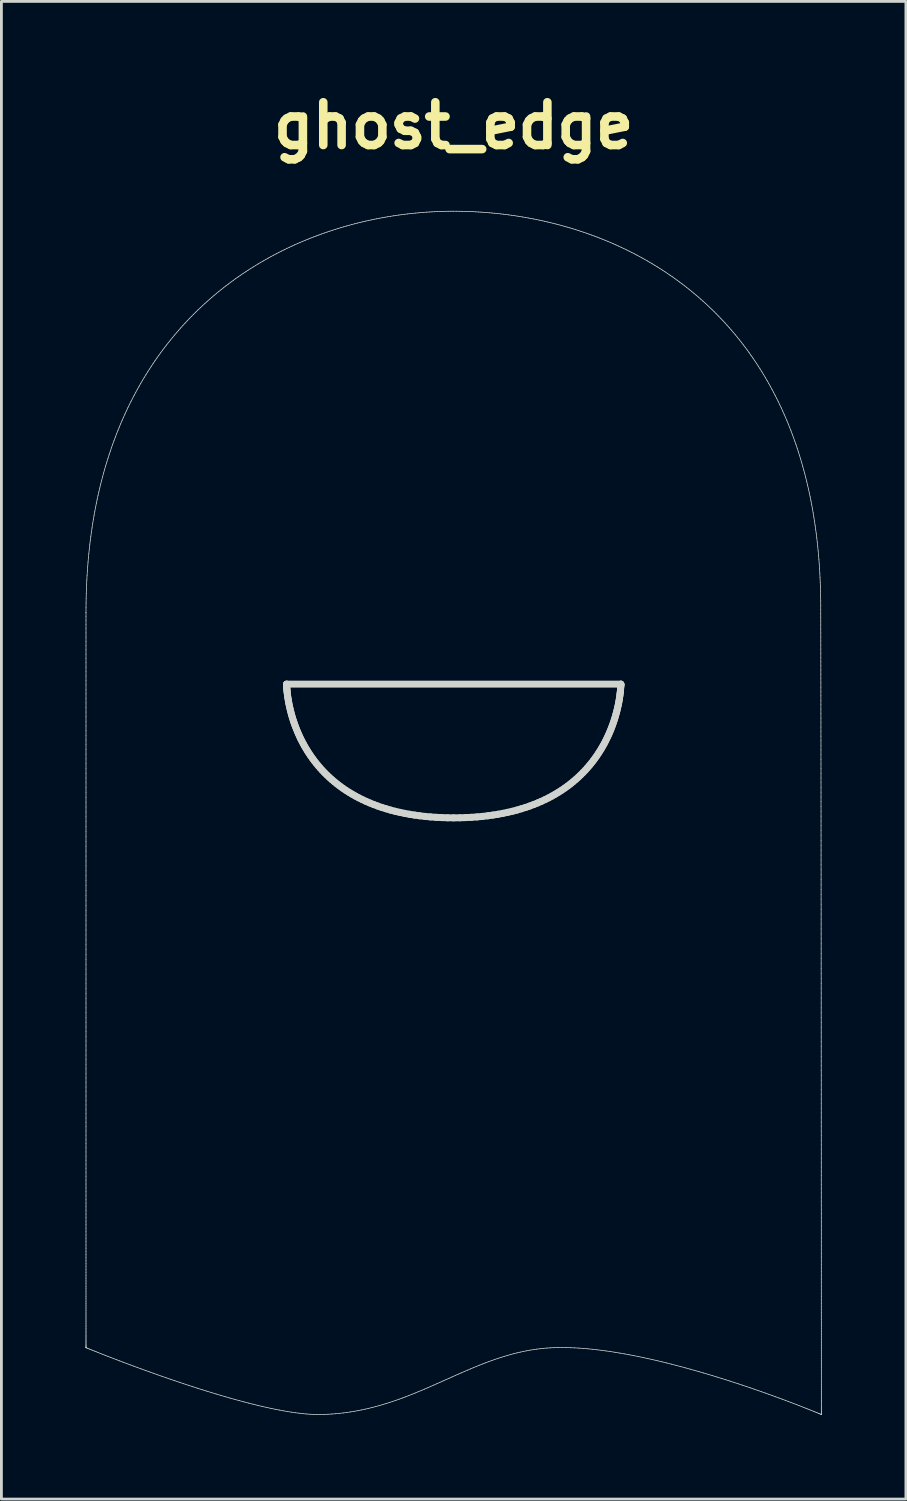
<source format=kicad_pcb>
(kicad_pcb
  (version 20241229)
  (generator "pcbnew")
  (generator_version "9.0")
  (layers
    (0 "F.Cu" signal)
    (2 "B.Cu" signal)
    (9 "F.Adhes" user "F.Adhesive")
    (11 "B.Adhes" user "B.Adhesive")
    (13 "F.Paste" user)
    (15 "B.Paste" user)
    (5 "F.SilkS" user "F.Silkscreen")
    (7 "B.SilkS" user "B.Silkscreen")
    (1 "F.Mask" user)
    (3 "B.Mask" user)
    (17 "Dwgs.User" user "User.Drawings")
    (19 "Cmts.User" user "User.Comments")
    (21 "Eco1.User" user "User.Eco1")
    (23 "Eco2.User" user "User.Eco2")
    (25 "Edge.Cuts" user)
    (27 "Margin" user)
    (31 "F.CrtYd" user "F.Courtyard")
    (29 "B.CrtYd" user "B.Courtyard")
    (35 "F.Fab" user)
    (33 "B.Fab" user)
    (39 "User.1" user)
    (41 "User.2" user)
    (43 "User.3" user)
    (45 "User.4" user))
  (footprint "ghost_edge"
    (layer "F.Cu")
    (at 13.11 25.924)
    (property "Reference" "ghost_edge" (at 0 -24.497 0) (layer "F.SilkS") (effects (font (size 1.524 1.524) (thickness 0.305))))
    (attr smd)
    (fp_line (start -13.097 -7.162) (end -13.097 -7.162) (stroke (width 0.026) (type solid)) (layer "Edge.Cuts"))
    (fp_line (start -13.097 -7.017) (end -13.097 -7.162) (stroke (width 0.026) (type solid)) (layer "Edge.Cuts"))
    (fp_line (start -13.097 -6.872) (end -13.097 -7.017) (stroke (width 0.026) (type solid)) (layer "Edge.Cuts"))
    (fp_line (start -13.097 -6.726) (end -13.097 -6.872) (stroke (width 0.026) (type solid)) (layer "Edge.Cuts"))
    (fp_line (start -13.097 -6.579) (end -13.097 -6.726) (stroke (width 0.026) (type solid)) (layer "Edge.Cuts"))
    (fp_line (start -13.097 -6.43) (end -13.097 -6.579) (stroke (width 0.026) (type solid)) (layer "Edge.Cuts"))
    (fp_line (start -13.097 -6.281) (end -13.097 -6.43) (stroke (width 0.026) (type solid)) (layer "Edge.Cuts"))
    (fp_line (start -13.097 -6.131) (end -13.097 -6.281) (stroke (width 0.026) (type solid)) (layer "Edge.Cuts"))
    (fp_line (start -13.097 -5.98) (end -13.097 -6.131) (stroke (width 0.026) (type solid)) (layer "Edge.Cuts"))
    (fp_line (start -13.097 -5.828) (end -13.097 -5.98) (stroke (width 0.026) (type solid)) (layer "Edge.Cuts"))
    (fp_line (start -13.097 -5.675) (end -13.097 -5.828) (stroke (width 0.026) (type solid)) (layer "Edge.Cuts"))
    (fp_line (start -13.097 -5.521) (end -13.097 -5.675) (stroke (width 0.026) (type solid)) (layer "Edge.Cuts"))
    (fp_line (start -13.097 -5.366) (end -13.097 -5.521) (stroke (width 0.026) (type solid)) (layer "Edge.Cuts"))
    (fp_line (start -13.097 -5.21) (end -13.097 -5.366) (stroke (width 0.026) (type solid)) (layer "Edge.Cuts"))
    (fp_line (start -13.097 -5.054) (end -13.097 -5.21) (stroke (width 0.026) (type solid)) (layer "Edge.Cuts"))
    (fp_line (start -13.097 -4.896) (end -13.097 -5.054) (stroke (width 0.026) (type solid)) (layer "Edge.Cuts"))
    (fp_line (start -13.097 -4.738) (end -13.097 -4.896) (stroke (width 0.026) (type solid)) (layer "Edge.Cuts"))
    (fp_line (start -13.097 -4.579) (end -13.097 -4.738) (stroke (width 0.026) (type solid)) (layer "Edge.Cuts"))
    (fp_line (start -13.097 -4.419) (end -13.097 -4.579) (stroke (width 0.026) (type solid)) (layer "Edge.Cuts"))
    (fp_line (start -13.097 -4.259) (end -13.097 -4.419) (stroke (width 0.026) (type solid)) (layer "Edge.Cuts"))
    (fp_line (start -13.097 -4.097) (end -13.097 -4.259) (stroke (width 0.026) (type solid)) (layer "Edge.Cuts"))
    (fp_line (start -13.097 -3.935) (end -13.097 -4.097) (stroke (width 0.026) (type solid)) (layer "Edge.Cuts"))
    (fp_line (start -13.097 -3.773) (end -13.097 -3.935) (stroke (width 0.026) (type solid)) (layer "Edge.Cuts"))
    (fp_line (start -13.097 -3.609) (end -13.097 -3.773) (stroke (width 0.026) (type solid)) (layer "Edge.Cuts"))
    (fp_line (start -13.097 -3.445) (end -13.097 -3.609) (stroke (width 0.026) (type solid)) (layer "Edge.Cuts"))
    (fp_line (start -13.097 -3.281) (end -13.097 -3.445) (stroke (width 0.026) (type solid)) (layer "Edge.Cuts"))
    (fp_line (start -13.097 -3.115) (end -13.097 -3.281) (stroke (width 0.026) (type solid)) (layer "Edge.Cuts"))
    (fp_line (start -13.097 -2.95) (end -13.097 -3.115) (stroke (width 0.026) (type solid)) (layer "Edge.Cuts"))
    (fp_line (start -13.097 -2.783) (end -13.097 -2.95) (stroke (width 0.026) (type solid)) (layer "Edge.Cuts"))
    (fp_line (start -13.097 -2.616) (end -13.097 -2.783) (stroke (width 0.026) (type solid)) (layer "Edge.Cuts"))
    (fp_line (start -13.097 -2.448) (end -13.097 -2.616) (stroke (width 0.026) (type solid)) (layer "Edge.Cuts"))
    (fp_line (start -13.097 -2.28) (end -13.097 -2.448) (stroke (width 0.026) (type solid)) (layer "Edge.Cuts"))
    (fp_line (start -13.097 -2.111) (end -13.097 -2.28) (stroke (width 0.026) (type solid)) (layer "Edge.Cuts"))
    (fp_line (start -13.097 -1.942) (end -13.097 -2.111) (stroke (width 0.026) (type solid)) (layer "Edge.Cuts"))
    (fp_line (start -13.097 -1.773) (end -13.097 -1.942) (stroke (width 0.026) (type solid)) (layer "Edge.Cuts"))
    (fp_line (start -13.097 -1.602) (end -13.097 -1.773) (stroke (width 0.026) (type solid)) (layer "Edge.Cuts"))
    (fp_line (start -13.097 -1.432) (end -13.097 -1.602) (stroke (width 0.026) (type solid)) (layer "Edge.Cuts"))
    (fp_line (start -13.097 -1.261) (end -13.097 -1.432) (stroke (width 0.026) (type solid)) (layer "Edge.Cuts"))
    (fp_line (start -13.097 -1.089) (end -13.097 -1.261) (stroke (width 0.026) (type solid)) (layer "Edge.Cuts"))
    (fp_line (start -13.097 -0.918) (end -13.097 -1.089) (stroke (width 0.026) (type solid)) (layer "Edge.Cuts"))
    (fp_line (start -13.097 -0.745) (end -13.097 -0.918) (stroke (width 0.026) (type solid)) (layer "Edge.Cuts"))
    (fp_line (start -13.097 -0.573) (end -13.097 -0.745) (stroke (width 0.026) (type solid)) (layer "Edge.Cuts"))
    (fp_line (start -13.097 -0.4) (end -13.097 -0.573) (stroke (width 0.026) (type solid)) (layer "Edge.Cuts"))
    (fp_line (start -13.097 -0.227) (end -13.097 -0.4) (stroke (width 0.026) (type solid)) (layer "Edge.Cuts"))
    (fp_line (start -13.097 -0.053) (end -13.097 -0.227) (stroke (width 0.026) (type solid)) (layer "Edge.Cuts"))
    (fp_line (start -13.097 0.121) (end -13.097 -0.053) (stroke (width 0.026) (type solid)) (layer "Edge.Cuts"))
    (fp_line (start -13.097 0.295) (end -13.097 0.121) (stroke (width 0.026) (type solid)) (layer "Edge.Cuts"))
    (fp_line (start -13.097 0.469) (end -13.097 0.295) (stroke (width 0.026) (type solid)) (layer "Edge.Cuts"))
    (fp_line (start -13.097 0.644) (end -13.097 0.469) (stroke (width 0.026) (type solid)) (layer "Edge.Cuts"))
    (fp_line (start -13.097 0.818) (end -13.097 0.644) (stroke (width 0.026) (type solid)) (layer "Edge.Cuts"))
    (fp_line (start -13.097 0.993) (end -13.097 0.818) (stroke (width 0.026) (type solid)) (layer "Edge.Cuts"))
    (fp_line (start -13.097 1.168) (end -13.097 0.993) (stroke (width 0.026) (type solid)) (layer "Edge.Cuts"))
    (fp_line (start -13.097 1.344) (end -13.097 1.168) (stroke (width 0.026) (type solid)) (layer "Edge.Cuts"))
    (fp_line (start -13.097 1.519) (end -13.097 1.344) (stroke (width 0.026) (type solid)) (layer "Edge.Cuts"))
    (fp_line (start -13.097 1.695) (end -13.097 1.519) (stroke (width 0.026) (type solid)) (layer "Edge.Cuts"))
    (fp_line (start -13.097 1.87) (end -13.097 1.695) (stroke (width 0.026) (type solid)) (layer "Edge.Cuts"))
    (fp_line (start -13.097 2.046) (end -13.097 1.87) (stroke (width 0.026) (type solid)) (layer "Edge.Cuts"))
    (fp_line (start -13.097 2.222) (end -13.097 2.046) (stroke (width 0.026) (type solid)) (layer "Edge.Cuts"))
    (fp_line (start -13.097 2.398) (end -13.097 2.222) (stroke (width 0.026) (type solid)) (layer "Edge.Cuts"))
    (fp_line (start -13.097 2.574) (end -13.097 2.398) (stroke (width 0.026) (type solid)) (layer "Edge.Cuts"))
    (fp_line (start -13.097 2.75) (end -13.097 2.574) (stroke (width 0.026) (type solid)) (layer "Edge.Cuts"))
    (fp_line (start -13.097 2.925) (end -13.097 2.75) (stroke (width 0.026) (type solid)) (layer "Edge.Cuts"))
    (fp_line (start -13.097 3.101) (end -13.097 2.925) (stroke (width 0.026) (type solid)) (layer "Edge.Cuts"))
    (fp_line (start -13.097 3.277) (end -13.097 3.101) (stroke (width 0.026) (type solid)) (layer "Edge.Cuts"))
    (fp_line (start -13.097 3.453) (end -13.097 3.277) (stroke (width 0.026) (type solid)) (layer "Edge.Cuts"))
    (fp_line (start -13.097 3.629) (end -13.097 3.453) (stroke (width 0.026) (type solid)) (layer "Edge.Cuts"))
    (fp_line (start -13.097 3.804) (end -13.097 3.629) (stroke (width 0.026) (type solid)) (layer "Edge.Cuts"))
    (fp_line (start -13.097 3.98) (end -13.097 3.804) (stroke (width 0.026) (type solid)) (layer "Edge.Cuts"))
    (fp_line (start -13.097 4.155) (end -13.097 3.98) (stroke (width 0.026) (type solid)) (layer "Edge.Cuts"))
    (fp_line (start -13.097 4.33) (end -13.097 4.155) (stroke (width 0.026) (type solid)) (layer "Edge.Cuts"))
    (fp_line (start -13.097 4.505) (end -13.097 4.33) (stroke (width 0.026) (type solid)) (layer "Edge.Cuts"))
    (fp_line (start -13.097 4.68) (end -13.097 4.505) (stroke (width 0.026) (type solid)) (layer "Edge.Cuts"))
    (fp_line (start -13.097 4.855) (end -13.097 4.68) (stroke (width 0.026) (type solid)) (layer "Edge.Cuts"))
    (fp_line (start -13.097 5.029) (end -13.097 4.855) (stroke (width 0.026) (type solid)) (layer "Edge.Cuts"))
    (fp_line (start -13.097 5.203) (end -13.097 5.029) (stroke (width 0.026) (type solid)) (layer "Edge.Cuts"))
    (fp_line (start -13.097 5.377) (end -13.097 5.203) (stroke (width 0.026) (type solid)) (layer "Edge.Cuts"))
    (fp_line (start -13.097 5.551) (end -13.097 5.377) (stroke (width 0.026) (type solid)) (layer "Edge.Cuts"))
    (fp_line (start -13.097 5.724) (end -13.097 5.551) (stroke (width 0.026) (type solid)) (layer "Edge.Cuts"))
    (fp_line (start -13.097 5.897) (end -13.097 5.724) (stroke (width 0.026) (type solid)) (layer "Edge.Cuts"))
    (fp_line (start -13.097 6.07) (end -13.097 5.897) (stroke (width 0.026) (type solid)) (layer "Edge.Cuts"))
    (fp_line (start -13.097 6.242) (end -13.097 6.07) (stroke (width 0.026) (type solid)) (layer "Edge.Cuts"))
    (fp_line (start -13.097 6.414) (end -13.097 6.242) (stroke (width 0.026) (type solid)) (layer "Edge.Cuts"))
    (fp_line (start -13.097 6.586) (end -13.097 6.414) (stroke (width 0.026) (type solid)) (layer "Edge.Cuts"))
    (fp_line (start -13.097 6.757) (end -13.097 6.586) (stroke (width 0.026) (type solid)) (layer "Edge.Cuts"))
    (fp_line (start -13.097 6.928) (end -13.097 6.757) (stroke (width 0.026) (type solid)) (layer "Edge.Cuts"))
    (fp_line (start -13.097 7.098) (end -13.097 6.928) (stroke (width 0.026) (type solid)) (layer "Edge.Cuts"))
    (fp_line (start -13.097 7.268) (end -13.097 7.098) (stroke (width 0.026) (type solid)) (layer "Edge.Cuts"))
    (fp_line (start -13.097 7.437) (end -13.097 7.268) (stroke (width 0.026) (type solid)) (layer "Edge.Cuts"))
    (fp_line (start -13.097 7.606) (end -13.097 7.437) (stroke (width 0.026) (type solid)) (layer "Edge.Cuts"))
    (fp_line (start -13.097 7.775) (end -13.097 7.606) (stroke (width 0.026) (type solid)) (layer "Edge.Cuts"))
    (fp_line (start -13.097 7.943) (end -13.097 7.775) (stroke (width 0.026) (type solid)) (layer "Edge.Cuts"))
    (fp_line (start -13.097 8.11) (end -13.097 7.943) (stroke (width 0.026) (type solid)) (layer "Edge.Cuts"))
    (fp_line (start -13.097 8.277) (end -13.097 8.11) (stroke (width 0.026) (type solid)) (layer "Edge.Cuts"))
    (fp_line (start -13.097 8.443) (end -13.097 8.277) (stroke (width 0.026) (type solid)) (layer "Edge.Cuts"))
    (fp_line (start -13.097 8.608) (end -13.097 8.443) (stroke (width 0.026) (type solid)) (layer "Edge.Cuts"))
    (fp_line (start -13.097 8.773) (end -13.097 8.608) (stroke (width 0.026) (type solid)) (layer "Edge.Cuts"))
    (fp_line (start -13.097 8.937) (end -13.097 8.773) (stroke (width 0.026) (type solid)) (layer "Edge.Cuts"))
    (fp_line (start -13.097 9.101) (end -13.097 8.937) (stroke (width 0.026) (type solid)) (layer "Edge.Cuts"))
    (fp_line (start -13.097 9.264) (end -13.097 9.101) (stroke (width 0.026) (type solid)) (layer "Edge.Cuts"))
    (fp_line (start -13.097 9.426) (end -13.097 9.264) (stroke (width 0.026) (type solid)) (layer "Edge.Cuts"))
    (fp_line (start -13.097 9.588) (end -13.097 9.426) (stroke (width 0.026) (type solid)) (layer "Edge.Cuts"))
    (fp_line (start -13.097 9.749) (end -13.097 9.588) (stroke (width 0.026) (type solid)) (layer "Edge.Cuts"))
    (fp_line (start -13.097 9.909) (end -13.097 9.749) (stroke (width 0.026) (type solid)) (layer "Edge.Cuts"))
    (fp_line (start -13.097 10.068) (end -13.097 9.909) (stroke (width 0.026) (type solid)) (layer "Edge.Cuts"))
    (fp_line (start -13.097 10.227) (end -13.097 10.068) (stroke (width 0.026) (type solid)) (layer "Edge.Cuts"))
    (fp_line (start -13.097 10.384) (end -13.097 10.227) (stroke (width 0.026) (type solid)) (layer "Edge.Cuts"))
    (fp_line (start -13.097 10.541) (end -13.097 10.384) (stroke (width 0.026) (type solid)) (layer "Edge.Cuts"))
    (fp_line (start -13.097 10.697) (end -13.097 10.541) (stroke (width 0.026) (type solid)) (layer "Edge.Cuts"))
    (fp_line (start -13.097 10.852) (end -13.097 10.697) (stroke (width 0.026) (type solid)) (layer "Edge.Cuts"))
    (fp_line (start -13.097 11.007) (end -13.097 10.852) (stroke (width 0.026) (type solid)) (layer "Edge.Cuts"))
    (fp_line (start -13.097 11.16) (end -13.097 11.007) (stroke (width 0.026) (type solid)) (layer "Edge.Cuts"))
    (fp_line (start -13.097 11.313) (end -13.097 11.16) (stroke (width 0.026) (type solid)) (layer "Edge.Cuts"))
    (fp_line (start -13.097 11.464) (end -13.097 11.313) (stroke (width 0.026) (type solid)) (layer "Edge.Cuts"))
    (fp_line (start -13.097 11.615) (end -13.097 11.464) (stroke (width 0.026) (type solid)) (layer "Edge.Cuts"))
    (fp_line (start -13.097 11.764) (end -13.097 11.615) (stroke (width 0.026) (type solid)) (layer "Edge.Cuts"))
    (fp_line (start -13.097 11.913) (end -13.097 11.764) (stroke (width 0.026) (type solid)) (layer "Edge.Cuts"))
    (fp_line (start -13.097 12.061) (end -13.097 11.913) (stroke (width 0.026) (type solid)) (layer "Edge.Cuts"))
    (fp_line (start -13.097 12.207) (end -13.097 12.061) (stroke (width 0.026) (type solid)) (layer "Edge.Cuts"))
    (fp_line (start -13.097 12.353) (end -13.097 12.207) (stroke (width 0.026) (type solid)) (layer "Edge.Cuts"))
    (fp_line (start -13.097 12.498) (end -13.097 12.353) (stroke (width 0.026) (type solid)) (layer "Edge.Cuts"))
    (fp_line (start -13.097 12.641) (end -13.097 12.498) (stroke (width 0.026) (type solid)) (layer "Edge.Cuts"))
    (fp_line (start -13.097 12.784) (end -13.097 12.641) (stroke (width 0.026) (type solid)) (layer "Edge.Cuts"))
    (fp_line (start -13.097 12.925) (end -13.097 12.784) (stroke (width 0.026) (type solid)) (layer "Edge.Cuts"))
    (fp_line (start -13.097 13.065) (end -13.097 12.925) (stroke (width 0.026) (type solid)) (layer "Edge.Cuts"))
    (fp_line (start -13.097 13.204) (end -13.097 13.065) (stroke (width 0.026) (type solid)) (layer "Edge.Cuts"))
    (fp_line (start -13.097 13.342) (end -13.097 13.204) (stroke (width 0.026) (type solid)) (layer "Edge.Cuts"))
    (fp_line (start -13.097 13.478) (end -13.097 13.342) (stroke (width 0.026) (type solid)) (layer "Edge.Cuts"))
    (fp_line (start -13.097 13.614) (end -13.097 13.478) (stroke (width 0.026) (type solid)) (layer "Edge.Cuts"))
    (fp_line (start -13.097 13.748) (end -13.097 13.614) (stroke (width 0.026) (type solid)) (layer "Edge.Cuts"))
    (fp_line (start -13.097 13.881) (end -13.097 13.748) (stroke (width 0.026) (type solid)) (layer "Edge.Cuts"))
    (fp_line (start -13.097 14.013) (end -13.097 13.881) (stroke (width 0.026) (type solid)) (layer "Edge.Cuts"))
    (fp_line (start -13.097 14.143) (end -13.097 14.013) (stroke (width 0.026) (type solid)) (layer "Edge.Cuts"))
    (fp_line (start -13.097 14.272) (end -13.097 14.143) (stroke (width 0.026) (type solid)) (layer "Edge.Cuts"))
    (fp_line (start -13.097 14.4) (end -13.097 14.272) (stroke (width 0.026) (type solid)) (layer "Edge.Cuts"))
    (fp_line (start -13.097 14.527) (end -13.097 14.4) (stroke (width 0.026) (type solid)) (layer "Edge.Cuts"))
    (fp_line (start -13.097 14.652) (end -13.097 14.527) (stroke (width 0.026) (type solid)) (layer "Edge.Cuts"))
    (fp_line (start -13.097 14.776) (end -13.097 14.652) (stroke (width 0.026) (type solid)) (layer "Edge.Cuts"))
    (fp_line (start -13.097 14.898) (end -13.097 14.776) (stroke (width 0.026) (type solid)) (layer "Edge.Cuts"))
    (fp_line (start -13.097 15.019) (end -13.097 14.898) (stroke (width 0.026) (type solid)) (layer "Edge.Cuts"))
    (fp_line (start -13.097 15.139) (end -13.097 15.019) (stroke (width 0.026) (type solid)) (layer "Edge.Cuts"))
    (fp_line (start -13.097 15.257) (end -13.097 15.139) (stroke (width 0.026) (type solid)) (layer "Edge.Cuts"))
    (fp_line (start -13.097 15.374) (end -13.097 15.257) (stroke (width 0.026) (type solid)) (layer "Edge.Cuts"))
    (fp_line (start -13.097 15.489) (end -13.097 15.374) (stroke (width 0.026) (type solid)) (layer "Edge.Cuts"))
    (fp_line (start -13.097 15.603) (end -13.097 15.489) (stroke (width 0.026) (type solid)) (layer "Edge.Cuts"))
    (fp_line (start -13.097 15.715) (end -13.097 15.603) (stroke (width 0.026) (type solid)) (layer "Edge.Cuts"))
    (fp_line (start -13.097 15.826) (end -13.097 15.715) (stroke (width 0.026) (type solid)) (layer "Edge.Cuts"))
    (fp_line (start -13.097 15.935) (end -13.097 15.826) (stroke (width 0.026) (type solid)) (layer "Edge.Cuts"))
    (fp_line (start -13.097 16.043) (end -13.097 15.935) (stroke (width 0.026) (type solid)) (layer "Edge.Cuts"))
    (fp_line (start -13.097 16.149) (end -13.097 16.043) (stroke (width 0.026) (type solid)) (layer "Edge.Cuts"))
    (fp_line (start -13.097 16.253) (end -13.097 16.149) (stroke (width 0.026) (type solid)) (layer "Edge.Cuts"))
    (fp_line (start -13.097 16.356) (end -13.097 16.253) (stroke (width 0.026) (type solid)) (layer "Edge.Cuts"))
    (fp_line (start -13.097 16.457) (end -13.097 16.356) (stroke (width 0.026) (type solid)) (layer "Edge.Cuts"))
    (fp_line (start -13.097 16.556) (end -13.097 16.457) (stroke (width 0.026) (type solid)) (layer "Edge.Cuts"))
    (fp_line (start -13.097 16.654) (end -13.097 16.556) (stroke (width 0.026) (type solid)) (layer "Edge.Cuts"))
    (fp_line (start -13.097 16.75) (end -13.097 16.654) (stroke (width 0.026) (type solid)) (layer "Edge.Cuts"))
    (fp_line (start -13.097 16.845) (end -13.097 16.75) (stroke (width 0.026) (type solid)) (layer "Edge.Cuts"))
    (fp_line (start -13.097 16.938) (end -13.097 16.845) (stroke (width 0.026) (type solid)) (layer "Edge.Cuts"))
    (fp_line (start -13.097 17.029) (end -13.097 16.938) (stroke (width 0.026) (type solid)) (layer "Edge.Cuts"))
    (fp_line (start -13.097 17.118) (end -13.097 17.029) (stroke (width 0.026) (type solid)) (layer "Edge.Cuts"))
    (fp_line (start -13.097 17.205) (end -13.097 17.118) (stroke (width 0.026) (type solid)) (layer "Edge.Cuts"))
    (fp_line (start -13.097 17.291) (end -13.097 17.205) (stroke (width 0.026) (type solid)) (layer "Edge.Cuts"))
    (fp_line (start -13.097 17.375) (end -13.097 17.291) (stroke (width 0.026) (type solid)) (layer "Edge.Cuts"))
    (fp_line (start -13.097 17.457) (end -13.097 17.375) (stroke (width 0.026) (type solid)) (layer "Edge.Cuts"))
    (fp_line (start -13.097 17.537) (end -13.097 17.457) (stroke (width 0.026) (type solid)) (layer "Edge.Cuts"))
    (fp_line (start -13.097 17.615) (end -13.097 17.537) (stroke (width 0.026) (type solid)) (layer "Edge.Cuts"))
    (fp_line (start -13.097 17.691) (end -13.097 17.615) (stroke (width 0.026) (type solid)) (layer "Edge.Cuts"))
    (fp_line (start -13.097 17.766) (end -13.097 17.691) (stroke (width 0.026) (type solid)) (layer "Edge.Cuts"))
    (fp_line (start -13.097 17.838) (end -13.097 17.766) (stroke (width 0.026) (type solid)) (layer "Edge.Cuts"))
    (fp_line (start -13.097 17.909) (end -13.097 17.838) (stroke (width 0.026) (type solid)) (layer "Edge.Cuts"))
    (fp_line (start -13.097 17.977) (end -13.097 17.909) (stroke (width 0.026) (type solid)) (layer "Edge.Cuts"))
    (fp_line (start -13.097 18.044) (end -13.097 17.977) (stroke (width 0.026) (type solid)) (layer "Edge.Cuts"))
    (fp_line (start -13.097 18.108) (end -13.097 18.044) (stroke (width 0.026) (type solid)) (layer "Edge.Cuts"))
    (fp_line (start -13.097 18.171) (end -13.097 18.108) (stroke (width 0.026) (type solid)) (layer "Edge.Cuts"))
    (fp_line (start -13.097 18.232) (end -13.097 18.171) (stroke (width 0.026) (type solid)) (layer "Edge.Cuts"))
    (fp_line (start -13.097 18.29) (end -13.097 18.232) (stroke (width 0.026) (type solid)) (layer "Edge.Cuts"))
    (fp_line (start -13.097 18.347) (end -13.097 18.29) (stroke (width 0.026) (type solid)) (layer "Edge.Cuts"))
    (fp_line (start -13.097 18.401) (end -13.097 18.347) (stroke (width 0.026) (type solid)) (layer "Edge.Cuts"))
    (fp_line (start -13.097 18.453) (end -13.097 18.401) (stroke (width 0.026) (type solid)) (layer "Edge.Cuts"))
    (fp_line (start -13.097 18.503) (end -13.097 18.453) (stroke (width 0.026) (type solid)) (layer "Edge.Cuts"))
    (fp_line (start -13.097 18.551) (end -13.097 18.503) (stroke (width 0.026) (type solid)) (layer "Edge.Cuts"))
    (fp_line (start -13.097 18.597) (end -13.097 18.551) (stroke (width 0.026) (type solid)) (layer "Edge.Cuts"))
    (fp_line (start -13.097 18.641) (end -13.097 18.597) (stroke (width 0.026) (type solid)) (layer "Edge.Cuts"))
    (fp_line (start -13.097 18.682) (end -13.097 18.641) (stroke (width 0.026) (type solid)) (layer "Edge.Cuts"))
    (fp_line (start -13.097 18.721) (end -13.097 18.682) (stroke (width 0.026) (type solid)) (layer "Edge.Cuts"))
    (fp_line (start -13.097 18.758) (end -13.097 18.721) (stroke (width 0.026) (type solid)) (layer "Edge.Cuts"))
    (fp_line (start -13.097 18.793) (end -13.097 18.758) (stroke (width 0.026) (type solid)) (layer "Edge.Cuts"))
    (fp_line (start -13.097 18.825) (end -13.097 18.793) (stroke (width 0.026) (type solid)) (layer "Edge.Cuts"))
    (fp_line (start -13.097 18.856) (end -13.097 18.825) (stroke (width 0.026) (type solid)) (layer "Edge.Cuts"))
    (fp_line (start -13.097 18.883) (end -13.097 18.856) (stroke (width 0.026) (type solid)) (layer "Edge.Cuts"))
    (fp_line (start -13.097 18.909) (end -13.097 18.883) (stroke (width 0.026) (type solid)) (layer "Edge.Cuts"))
    (fp_line (start -13.097 18.932) (end -13.097 18.909) (stroke (width 0.026) (type solid)) (layer "Edge.Cuts"))
    (fp_line (start -13.097 18.953) (end -13.097 18.932) (stroke (width 0.026) (type solid)) (layer "Edge.Cuts"))
    (fp_line (start -13.097 18.971) (end -13.097 18.953) (stroke (width 0.026) (type solid)) (layer "Edge.Cuts"))
    (fp_line (start -13.097 18.987) (end -13.097 18.971) (stroke (width 0.026) (type solid)) (layer "Edge.Cuts"))
    (fp_line (start -13.097 19.001) (end -13.097 18.987) (stroke (width 0.026) (type solid)) (layer "Edge.Cuts"))
    (fp_line (start -13.097 19.012) (end -13.097 19.001) (stroke (width 0.026) (type solid)) (layer "Edge.Cuts"))
    (fp_line (start -13.097 19.021) (end -13.097 19.012) (stroke (width 0.026) (type solid)) (layer "Edge.Cuts"))
    (fp_line (start -13.097 19.027) (end -13.097 19.021) (stroke (width 0.026) (type solid)) (layer "Edge.Cuts"))
    (fp_line (start -13.097 19.031) (end -13.097 19.027) (stroke (width 0.026) (type solid)) (layer "Edge.Cuts"))
    (fp_line (start -13.097 19.032) (end -13.097 19.031) (stroke (width 0.026) (type solid)) (layer "Edge.Cuts"))
    (fp_line (start -13.097 -7.162) (end -13.096 -7.33) (stroke (width 0.026) (type solid)) (layer "Edge.Cuts"))
    (fp_line (start -13.096 -7.33) (end -13.094 -7.497) (stroke (width 0.026) (type solid)) (layer "Edge.Cuts"))
    (fp_line (start -13.094 -7.497) (end -13.091 -7.664) (stroke (width 0.026) (type solid)) (layer "Edge.Cuts"))
    (fp_line (start -13.093 19.034) (end -13.097 19.032) (stroke (width 0.026) (type solid)) (layer "Edge.Cuts"))
    (fp_line (start -13.091 -7.664) (end -13.087 -7.829) (stroke (width 0.026) (type solid)) (layer "Edge.Cuts"))
    (fp_line (start -13.087 -7.829) (end -13.082 -7.993) (stroke (width 0.026) (type solid)) (layer "Edge.Cuts"))
    (fp_line (start -13.082 -7.993) (end -13.075 -8.155) (stroke (width 0.026) (type solid)) (layer "Edge.Cuts"))
    (fp_line (start -13.081 19.038) (end -13.093 19.034) (stroke (width 0.026) (type solid)) (layer "Edge.Cuts"))
    (fp_line (start -13.075 -8.155) (end -13.067 -8.317) (stroke (width 0.026) (type solid)) (layer "Edge.Cuts"))
    (fp_line (start -13.067 -8.317) (end -13.058 -8.477) (stroke (width 0.026) (type solid)) (layer "Edge.Cuts"))
    (fp_line (start -13.062 19.046) (end -13.081 19.038) (stroke (width 0.026) (type solid)) (layer "Edge.Cuts"))
    (fp_line (start -13.058 -8.477) (end -13.048 -8.637) (stroke (width 0.026) (type solid)) (layer "Edge.Cuts"))
    (fp_line (start -13.048 -8.637) (end -13.036 -8.795) (stroke (width 0.026) (type solid)) (layer "Edge.Cuts"))
    (fp_line (start -13.036 -8.795) (end -13.024 -8.952) (stroke (width 0.026) (type solid)) (layer "Edge.Cuts"))
    (fp_line (start -13.036 19.057) (end -13.062 19.046) (stroke (width 0.026) (type solid)) (layer "Edge.Cuts"))
    (fp_line (start -13.024 -8.952) (end -13.01 -9.108) (stroke (width 0.026) (type solid)) (layer "Edge.Cuts"))
    (fp_line (start -13.01 -9.108) (end -12.995 -9.263) (stroke (width 0.026) (type solid)) (layer "Edge.Cuts"))
    (fp_line (start -13.003 19.071) (end -13.036 19.057) (stroke (width 0.026) (type solid)) (layer "Edge.Cuts"))
    (fp_line (start -12.995 -9.263) (end -12.979 -9.416) (stroke (width 0.026) (type solid)) (layer "Edge.Cuts"))
    (fp_line (start -12.979 -9.416) (end -12.962 -9.569) (stroke (width 0.026) (type solid)) (layer "Edge.Cuts"))
    (fp_line (start -12.962 19.087) (end -13.003 19.071) (stroke (width 0.026) (type solid)) (layer "Edge.Cuts"))
    (fp_line (start -12.962 -9.569) (end -12.944 -9.72) (stroke (width 0.026) (type solid)) (layer "Edge.Cuts"))
    (fp_line (start -12.944 -9.72) (end -12.924 -9.871) (stroke (width 0.026) (type solid)) (layer "Edge.Cuts"))
    (fp_line (start -12.924 -9.871) (end -12.904 -10.02) (stroke (width 0.026) (type solid)) (layer "Edge.Cuts"))
    (fp_line (start -12.915 19.106) (end -12.962 19.087) (stroke (width 0.026) (type solid)) (layer "Edge.Cuts"))
    (fp_line (start -12.904 -10.02) (end -12.882 -10.168) (stroke (width 0.026) (type solid)) (layer "Edge.Cuts"))
    (fp_line (start -12.882 -10.168) (end -12.859 -10.315) (stroke (width 0.026) (type solid)) (layer "Edge.Cuts"))
    (fp_line (start -12.862 19.127) (end -12.915 19.106) (stroke (width 0.026) (type solid)) (layer "Edge.Cuts"))
    (fp_line (start -12.859 -10.315) (end -12.836 -10.461) (stroke (width 0.026) (type solid)) (layer "Edge.Cuts"))
    (fp_line (start -12.836 -10.461) (end -12.811 -10.606) (stroke (width 0.026) (type solid)) (layer "Edge.Cuts"))
    (fp_line (start -12.811 -10.606) (end -12.785 -10.749) (stroke (width 0.026) (type solid)) (layer "Edge.Cuts"))
    (fp_line (start -12.802 19.151) (end -12.862 19.127) (stroke (width 0.026) (type solid)) (layer "Edge.Cuts"))
    (fp_line (start -12.785 -10.749) (end -12.758 -10.892) (stroke (width 0.026) (type solid)) (layer "Edge.Cuts"))
    (fp_line (start -12.758 -10.892) (end -12.73 -11.033) (stroke (width 0.026) (type solid)) (layer "Edge.Cuts"))
    (fp_line (start -12.736 19.177) (end -12.802 19.151) (stroke (width 0.026) (type solid)) (layer "Edge.Cuts"))
    (fp_line (start -12.73 -11.033) (end -12.701 -11.174) (stroke (width 0.026) (type solid)) (layer "Edge.Cuts"))
    (fp_line (start -12.701 -11.174) (end -12.671 -11.313) (stroke (width 0.026) (type solid)) (layer "Edge.Cuts"))
    (fp_line (start -12.671 -11.313) (end -12.64 -11.451) (stroke (width 0.026) (type solid)) (layer "Edge.Cuts"))
    (fp_line (start -12.664 19.206) (end -12.736 19.177) (stroke (width 0.026) (type solid)) (layer "Edge.Cuts"))
    (fp_line (start -12.64 -11.451) (end -12.607 -11.588) (stroke (width 0.026) (type solid)) (layer "Edge.Cuts"))
    (fp_line (start -12.607 -11.588) (end -12.574 -11.725) (stroke (width 0.026) (type solid)) (layer "Edge.Cuts"))
    (fp_line (start -12.586 19.237) (end -12.664 19.206) (stroke (width 0.026) (type solid)) (layer "Edge.Cuts"))
    (fp_line (start -12.574 -11.725) (end -12.54 -11.86) (stroke (width 0.026) (type solid)) (layer "Edge.Cuts"))
    (fp_line (start -12.54 -11.86) (end -12.505 -11.993) (stroke (width 0.026) (type solid)) (layer "Edge.Cuts"))
    (fp_line (start -12.505 -11.993) (end -12.469 -12.126) (stroke (width 0.026) (type solid)) (layer "Edge.Cuts"))
    (fp_line (start -12.502 19.27) (end -12.586 19.237) (stroke (width 0.026) (type solid)) (layer "Edge.Cuts"))
    (fp_line (start -12.469 -12.126) (end -12.432 -12.258) (stroke (width 0.026) (type solid)) (layer "Edge.Cuts"))
    (fp_line (start -12.432 -12.258) (end -12.394 -12.389) (stroke (width 0.026) (type solid)) (layer "Edge.Cuts"))
    (fp_line (start -12.413 19.304) (end -12.502 19.27) (stroke (width 0.026) (type solid)) (layer "Edge.Cuts"))
    (fp_line (start -12.394 -12.389) (end -12.354 -12.518) (stroke (width 0.026) (type solid)) (layer "Edge.Cuts"))
    (fp_line (start -12.354 -12.518) (end -12.314 -12.647) (stroke (width 0.026) (type solid)) (layer "Edge.Cuts"))
    (fp_line (start -12.319 19.341) (end -12.413 19.304) (stroke (width 0.026) (type solid)) (layer "Edge.Cuts"))
    (fp_line (start -12.314 -12.647) (end -12.273 -12.775) (stroke (width 0.026) (type solid)) (layer "Edge.Cuts"))
    (fp_line (start -12.273 -12.775) (end -12.231 -12.901) (stroke (width 0.026) (type solid)) (layer "Edge.Cuts"))
    (fp_line (start -12.231 -12.901) (end -12.189 -13.026) (stroke (width 0.026) (type solid)) (layer "Edge.Cuts"))
    (fp_line (start -12.219 19.379) (end -12.319 19.341) (stroke (width 0.026) (type solid)) (layer "Edge.Cuts"))
    (fp_line (start -12.189 -13.026) (end -12.145 -13.151) (stroke (width 0.026) (type solid)) (layer "Edge.Cuts"))
    (fp_line (start -12.145 -13.151) (end -12.1 -13.274) (stroke (width 0.026) (type solid)) (layer "Edge.Cuts"))
    (fp_line (start -12.115 19.419) (end -12.219 19.379) (stroke (width 0.026) (type solid)) (layer "Edge.Cuts"))
    (fp_line (start -12.1 -13.274) (end -12.054 -13.396) (stroke (width 0.026) (type solid)) (layer "Edge.Cuts"))
    (fp_line (start -12.054 -13.396) (end -12.008 -13.518) (stroke (width 0.026) (type solid)) (layer "Edge.Cuts"))
    (fp_line (start -12.008 -13.518) (end -11.96 -13.638) (stroke (width 0.026) (type solid)) (layer "Edge.Cuts"))
    (fp_line (start -12.006 19.461) (end -12.115 19.419) (stroke (width 0.026) (type solid)) (layer "Edge.Cuts"))
    (fp_line (start -11.96 -13.638) (end -11.912 -13.757) (stroke (width 0.026) (type solid)) (layer "Edge.Cuts"))
    (fp_line (start -11.912 -13.757) (end -11.863 -13.875) (stroke (width 0.026) (type solid)) (layer "Edge.Cuts"))
    (fp_line (start -11.893 19.504) (end -12.006 19.461) (stroke (width 0.026) (type solid)) (layer "Edge.Cuts"))
    (fp_line (start -11.863 -13.875) (end -11.813 -13.992) (stroke (width 0.026) (type solid)) (layer "Edge.Cuts"))
    (fp_line (start -11.813 -13.992) (end -11.762 -14.108) (stroke (width 0.026) (type solid)) (layer "Edge.Cuts"))
    (fp_line (start -11.775 19.549) (end -11.893 19.504) (stroke (width 0.026) (type solid)) (layer "Edge.Cuts"))
    (fp_line (start -11.762 -14.108) (end -11.71 -14.223) (stroke (width 0.026) (type solid)) (layer "Edge.Cuts"))
    (fp_line (start -11.71 -14.223) (end -11.657 -14.337) (stroke (width 0.026) (type solid)) (layer "Edge.Cuts"))
    (fp_line (start -11.657 -14.337) (end -11.604 -14.45) (stroke (width 0.026) (type solid)) (layer "Edge.Cuts"))
    (fp_line (start -11.653 19.595) (end -11.775 19.549) (stroke (width 0.026) (type solid)) (layer "Edge.Cuts"))
    (fp_line (start -11.604 -14.45) (end -11.55 -14.562) (stroke (width 0.026) (type solid)) (layer "Edge.Cuts"))
    (fp_line (start -11.55 -14.562) (end -11.494 -14.673) (stroke (width 0.026) (type solid)) (layer "Edge.Cuts"))
    (fp_line (start -11.527 19.642) (end -11.653 19.595) (stroke (width 0.026) (type solid)) (layer "Edge.Cuts"))
    (fp_line (start -11.494 -14.673) (end -11.438 -14.783) (stroke (width 0.026) (type solid)) (layer "Edge.Cuts"))
    (fp_line (start -11.438 -14.783) (end -11.382 -14.892) (stroke (width 0.026) (type solid)) (layer "Edge.Cuts"))
    (fp_line (start -11.398 19.69) (end -11.527 19.642) (stroke (width 0.026) (type solid)) (layer "Edge.Cuts"))
    (fp_line (start -11.382 -14.892) (end -11.324 -15) (stroke (width 0.026) (type solid)) (layer "Edge.Cuts"))
    (fp_line (start -11.324 -15) (end -11.266 -15.107) (stroke (width 0.026) (type solid)) (layer "Edge.Cuts"))
    (fp_line (start -11.266 -15.107) (end -11.206 -15.213) (stroke (width 0.026) (type solid)) (layer "Edge.Cuts"))
    (fp_line (start -11.265 19.739) (end -11.398 19.69) (stroke (width 0.026) (type solid)) (layer "Edge.Cuts"))
    (fp_line (start -11.206 -15.213) (end -11.147 -15.318) (stroke (width 0.026) (type solid)) (layer "Edge.Cuts"))
    (fp_line (start -11.147 -15.318) (end -11.086 -15.422) (stroke (width 0.026) (type solid)) (layer "Edge.Cuts"))
    (fp_line (start -11.128 19.789) (end -11.265 19.739) (stroke (width 0.026) (type solid)) (layer "Edge.Cuts"))
    (fp_line (start -11.086 -15.422) (end -11.024 -15.524) (stroke (width 0.026) (type solid)) (layer "Edge.Cuts"))
    (fp_line (start -11.024 -15.524) (end -10.962 -15.626) (stroke (width 0.026) (type solid)) (layer "Edge.Cuts"))
    (fp_line (start -10.988 19.839) (end -11.128 19.789) (stroke (width 0.026) (type solid)) (layer "Edge.Cuts"))
    (fp_line (start -10.962 -15.626) (end -10.899 -15.727) (stroke (width 0.026) (type solid)) (layer "Edge.Cuts"))
    (fp_line (start -10.899 -15.727) (end -10.835 -15.827) (stroke (width 0.026) (type solid)) (layer "Edge.Cuts"))
    (fp_line (start -10.845 19.891) (end -10.988 19.839) (stroke (width 0.026) (type solid)) (layer "Edge.Cuts"))
    (fp_line (start -10.835 -15.827) (end -10.771 -15.926) (stroke (width 0.026) (type solid)) (layer "Edge.Cuts"))
    (fp_line (start -10.771 -15.926) (end -10.706 -16.024) (stroke (width 0.026) (type solid)) (layer "Edge.Cuts"))
    (fp_line (start -10.706 -16.024) (end -10.64 -16.121) (stroke (width 0.026) (type solid)) (layer "Edge.Cuts"))
    (fp_line (start -10.699 19.943) (end -10.845 19.891) (stroke (width 0.026) (type solid)) (layer "Edge.Cuts"))
    (fp_line (start -10.64 -16.121) (end -10.573 -16.217) (stroke (width 0.026) (type solid)) (layer "Edge.Cuts"))
    (fp_line (start -10.573 -16.217) (end -10.506 -16.312) (stroke (width 0.026) (type solid)) (layer "Edge.Cuts"))
    (fp_line (start -10.551 19.996) (end -10.699 19.943) (stroke (width 0.026) (type solid)) (layer "Edge.Cuts"))
    (fp_line (start -10.506 -16.312) (end -10.438 -16.406) (stroke (width 0.026) (type solid)) (layer "Edge.Cuts"))
    (fp_line (start -10.438 -16.406) (end -10.369 -16.5) (stroke (width 0.026) (type solid)) (layer "Edge.Cuts"))
    (fp_line (start -10.4 20.049) (end -10.551 19.996) (stroke (width 0.026) (type solid)) (layer "Edge.Cuts"))
    (fp_line (start -10.369 -16.5) (end -10.3 -16.592) (stroke (width 0.026) (type solid)) (layer "Edge.Cuts"))
    (fp_line (start -10.3 -16.592) (end -10.229 -16.683) (stroke (width 0.026) (type solid)) (layer "Edge.Cuts"))
    (fp_line (start -10.247 20.102) (end -10.4 20.049) (stroke (width 0.026) (type solid)) (layer "Edge.Cuts"))
    (fp_line (start -10.229 -16.683) (end -10.159 -16.773) (stroke (width 0.026) (type solid)) (layer "Edge.Cuts"))
    (fp_line (start -10.159 -16.773) (end -10.087 -16.862) (stroke (width 0.026) (type solid)) (layer "Edge.Cuts"))
    (fp_line (start -10.092 20.156) (end -10.247 20.102) (stroke (width 0.026) (type solid)) (layer "Edge.Cuts"))
    (fp_line (start -10.087 -16.862) (end -10.015 -16.951) (stroke (width 0.026) (type solid)) (layer "Edge.Cuts"))
    (fp_line (start -10.015 -16.951) (end -9.943 -17.038) (stroke (width 0.026) (type solid)) (layer "Edge.Cuts"))
    (fp_line (start -9.943 -17.038) (end -9.869 -17.124) (stroke (width 0.026) (type solid)) (layer "Edge.Cuts"))
    (fp_line (start -9.935 20.209) (end -10.092 20.156) (stroke (width 0.026) (type solid)) (layer "Edge.Cuts"))
    (fp_line (start -9.869 -17.124) (end -9.795 -17.21) (stroke (width 0.026) (type solid)) (layer "Edge.Cuts"))
    (fp_line (start -9.795 -17.21) (end -9.721 -17.294) (stroke (width 0.026) (type solid)) (layer "Edge.Cuts"))
    (fp_line (start -9.776 20.263) (end -9.935 20.209) (stroke (width 0.026) (type solid)) (layer "Edge.Cuts"))
    (fp_line (start -9.721 -17.294) (end -9.646 -17.378) (stroke (width 0.026) (type solid)) (layer "Edge.Cuts"))
    (fp_line (start -9.646 -17.378) (end -9.57 -17.461) (stroke (width 0.026) (type solid)) (layer "Edge.Cuts"))
    (fp_line (start -9.615 20.317) (end -9.776 20.263) (stroke (width 0.026) (type solid)) (layer "Edge.Cuts"))
    (fp_line (start -9.57 -17.461) (end -9.494 -17.542) (stroke (width 0.026) (type solid)) (layer "Edge.Cuts"))
    (fp_line (start -9.494 -17.542) (end -9.417 -17.623) (stroke (width 0.026) (type solid)) (layer "Edge.Cuts"))
    (fp_line (start -9.453 20.37) (end -9.615 20.317) (stroke (width 0.026) (type solid)) (layer "Edge.Cuts"))
    (fp_line (start -9.417 -17.623) (end -9.339 -17.703) (stroke (width 0.026) (type solid)) (layer "Edge.Cuts"))
    (fp_line (start -9.339 -17.703) (end -9.261 -17.782) (stroke (width 0.026) (type solid)) (layer "Edge.Cuts"))
    (fp_line (start -9.29 20.423) (end -9.453 20.37) (stroke (width 0.026) (type solid)) (layer "Edge.Cuts"))
    (fp_line (start -9.261 -17.782) (end -9.182 -17.86) (stroke (width 0.026) (type solid)) (layer "Edge.Cuts"))
    (fp_line (start -9.182 -17.86) (end -9.103 -17.937) (stroke (width 0.026) (type solid)) (layer "Edge.Cuts"))
    (fp_line (start -9.126 20.476) (end -9.29 20.423) (stroke (width 0.026) (type solid)) (layer "Edge.Cuts"))
    (fp_line (start -9.103 -17.937) (end -9.023 -18.013) (stroke (width 0.026) (type solid)) (layer "Edge.Cuts"))
    (fp_line (start -9.023 -18.013) (end -8.943 -18.088) (stroke (width 0.026) (type solid)) (layer "Edge.Cuts"))
    (fp_line (start -8.961 20.529) (end -9.126 20.476) (stroke (width 0.026) (type solid)) (layer "Edge.Cuts"))
    (fp_line (start -8.943 -18.088) (end -8.862 -18.163) (stroke (width 0.026) (type solid)) (layer "Edge.Cuts"))
    (fp_line (start -8.862 -18.163) (end -8.781 -18.236) (stroke (width 0.026) (type solid)) (layer "Edge.Cuts"))
    (fp_line (start -8.796 20.58) (end -8.961 20.529) (stroke (width 0.026) (type solid)) (layer "Edge.Cuts"))
    (fp_line (start -8.781 -18.236) (end -8.699 -18.309) (stroke (width 0.026) (type solid)) (layer "Edge.Cuts"))
    (fp_line (start -8.699 -18.309) (end -8.617 -18.38) (stroke (width 0.026) (type solid)) (layer "Edge.Cuts"))
    (fp_line (start -8.63 20.631) (end -8.796 20.58) (stroke (width 0.026) (type solid)) (layer "Edge.Cuts"))
    (fp_line (start -8.617 -18.38) (end -8.534 -18.451) (stroke (width 0.026) (type solid)) (layer "Edge.Cuts"))
    (fp_line (start -8.534 -18.451) (end -8.45 -18.521) (stroke (width 0.026) (type solid)) (layer "Edge.Cuts"))
    (fp_line (start -8.463 20.682) (end -8.63 20.631) (stroke (width 0.026) (type solid)) (layer "Edge.Cuts"))
    (fp_line (start -8.45 -18.521) (end -8.366 -18.59) (stroke (width 0.026) (type solid)) (layer "Edge.Cuts"))
    (fp_line (start -8.366 -18.59) (end -8.282 -18.658) (stroke (width 0.026) (type solid)) (layer "Edge.Cuts"))
    (fp_line (start -8.297 20.731) (end -8.463 20.682) (stroke (width 0.026) (type solid)) (layer "Edge.Cuts"))
    (fp_line (start -8.282 -18.658) (end -8.197 -18.725) (stroke (width 0.026) (type solid)) (layer "Edge.Cuts"))
    (fp_line (start -8.197 -18.725) (end -8.112 -18.791) (stroke (width 0.026) (type solid)) (layer "Edge.Cuts"))
    (fp_line (start -8.131 20.78) (end -8.297 20.731) (stroke (width 0.026) (type solid)) (layer "Edge.Cuts"))
    (fp_line (start -8.112 -18.791) (end -8.026 -18.856) (stroke (width 0.026) (type solid)) (layer "Edge.Cuts"))
    (fp_line (start -8.026 -18.856) (end -7.94 -18.921) (stroke (width 0.026) (type solid)) (layer "Edge.Cuts"))
    (fp_line (start -7.965 20.828) (end -8.131 20.78) (stroke (width 0.026) (type solid)) (layer "Edge.Cuts"))
    (fp_line (start -7.94 -18.921) (end -7.854 -18.984) (stroke (width 0.026) (type solid)) (layer "Edge.Cuts"))
    (fp_line (start -7.854 -18.984) (end -7.767 -19.047) (stroke (width 0.026) (type solid)) (layer "Edge.Cuts"))
    (fp_line (start -7.8 20.874) (end -7.965 20.828) (stroke (width 0.026) (type solid)) (layer "Edge.Cuts"))
    (fp_line (start -7.767 -19.047) (end -7.679 -19.109) (stroke (width 0.026) (type solid)) (layer "Edge.Cuts"))
    (fp_line (start -7.679 -19.109) (end -7.591 -19.17) (stroke (width 0.026) (type solid)) (layer "Edge.Cuts"))
    (fp_line (start -7.635 20.919) (end -7.8 20.874) (stroke (width 0.026) (type solid)) (layer "Edge.Cuts"))
    (fp_line (start -7.591 -19.17) (end -7.503 -19.23) (stroke (width 0.026) (type solid)) (layer "Edge.Cuts"))
    (fp_line (start -7.503 -19.23) (end -7.414 -19.289) (stroke (width 0.026) (type solid)) (layer "Edge.Cuts"))
    (fp_line (start -7.471 20.963) (end -7.635 20.919) (stroke (width 0.026) (type solid)) (layer "Edge.Cuts"))
    (fp_line (start -7.414 -19.289) (end -7.325 -19.347) (stroke (width 0.026) (type solid)) (layer "Edge.Cuts"))
    (fp_line (start -7.325 -19.347) (end -7.236 -19.405) (stroke (width 0.026) (type solid)) (layer "Edge.Cuts"))
    (fp_line (start -7.308 21.006) (end -7.471 20.963) (stroke (width 0.026) (type solid)) (layer "Edge.Cuts"))
    (fp_line (start -7.236 -19.405) (end -7.146 -19.461) (stroke (width 0.026) (type solid)) (layer "Edge.Cuts"))
    (fp_line (start -7.146 21.046) (end -7.308 21.006) (stroke (width 0.026) (type solid)) (layer "Edge.Cuts"))
    (fp_line (start -7.146 -19.461) (end -7.056 -19.517) (stroke (width 0.026) (type solid)) (layer "Edge.Cuts"))
    (fp_line (start -7.056 -19.517) (end -6.965 -19.572) (stroke (width 0.026) (type solid)) (layer "Edge.Cuts"))
    (fp_line (start -6.986 21.086) (end -7.146 21.046) (stroke (width 0.026) (type solid)) (layer "Edge.Cuts"))
    (fp_line (start -6.965 -19.572) (end -6.874 -19.626) (stroke (width 0.026) (type solid)) (layer "Edge.Cuts"))
    (fp_line (start -6.874 -19.626) (end -6.783 -19.679) (stroke (width 0.026) (type solid)) (layer "Edge.Cuts"))
    (fp_line (start -6.827 21.123) (end -6.986 21.086) (stroke (width 0.026) (type solid)) (layer "Edge.Cuts"))
    (fp_line (start -6.783 -19.679) (end -6.691 -19.731) (stroke (width 0.026) (type solid)) (layer "Edge.Cuts"))
    (fp_line (start -6.691 -19.731) (end -6.599 -19.783) (stroke (width 0.026) (type solid)) (layer "Edge.Cuts"))
    (fp_line (start -6.67 21.159) (end -6.827 21.123) (stroke (width 0.026) (type solid)) (layer "Edge.Cuts"))
    (fp_line (start -6.599 -19.783) (end -6.507 -19.834) (stroke (width 0.026) (type solid)) (layer "Edge.Cuts"))
    (fp_line (start -6.515 21.193) (end -6.67 21.159) (stroke (width 0.026) (type solid)) (layer "Edge.Cuts"))
    (fp_line (start -6.507 -19.834) (end -6.415 -19.883) (stroke (width 0.026) (type solid)) (layer "Edge.Cuts"))
    (fp_line (start -6.415 -19.883) (end -6.322 -19.932) (stroke (width 0.026) (type solid)) (layer "Edge.Cuts"))
    (fp_line (start -6.362 21.225) (end -6.515 21.193) (stroke (width 0.026) (type solid)) (layer "Edge.Cuts"))
    (fp_line (start -6.322 -19.932) (end -6.229 -19.981) (stroke (width 0.026) (type solid)) (layer "Edge.Cuts"))
    (fp_line (start -6.229 -19.981) (end -6.135 -20.028) (stroke (width 0.026) (type solid)) (layer "Edge.Cuts"))
    (fp_line (start -6.212 21.254) (end -6.362 21.225) (stroke (width 0.026) (type solid)) (layer "Edge.Cuts"))
    (fp_line (start -6.135 -20.028) (end -6.041 -20.074) (stroke (width 0.026) (type solid)) (layer "Edge.Cuts"))
    (fp_line (start -6.064 21.282) (end -6.212 21.254) (stroke (width 0.026) (type solid)) (layer "Edge.Cuts"))
    (fp_line (start -6.041 -20.074) (end -5.947 -20.12) (stroke (width 0.026) (type solid)) (layer "Edge.Cuts"))
    (fp_line (start -5.951 -4.604) (end 5.955 -4.604) (stroke (width 0.248) (type solid)) (layer "Edge.Cuts"))
    (fp_line (start -5.951 -4.604) (end 5.955 -4.604) (stroke (width 0.026) (type solid)) (layer "Edge.Cuts"))
    (fp_line (start -5.951 -4.602) (end -5.951 -4.604) (stroke (width 0.026) (type solid)) (layer "Edge.Cuts"))
    (fp_line (start -5.951 -4.602) (end -5.951 -4.604) (stroke (width 0.248) (type solid)) (layer "Edge.Cuts"))
    (fp_line (start -5.951 -4.595) (end -5.951 -4.602) (stroke (width 0.026) (type solid)) (layer "Edge.Cuts"))
    (fp_line (start -5.951 -4.595) (end -5.951 -4.602) (stroke (width 0.248) (type solid)) (layer "Edge.Cuts"))
    (fp_line (start -5.951 -4.585) (end -5.951 -4.595) (stroke (width 0.026) (type solid)) (layer "Edge.Cuts"))
    (fp_line (start -5.951 -4.585) (end -5.951 -4.595) (stroke (width 0.248) (type solid)) (layer "Edge.Cuts"))
    (fp_line (start -5.951 -4.571) (end -5.951 -4.585) (stroke (width 0.248) (type solid)) (layer "Edge.Cuts"))
    (fp_line (start -5.951 -4.571) (end -5.951 -4.585) (stroke (width 0.026) (type solid)) (layer "Edge.Cuts"))
    (fp_line (start -5.95 -4.553) (end -5.951 -4.571) (stroke (width 0.248) (type solid)) (layer "Edge.Cuts"))
    (fp_line (start -5.95 -4.553) (end -5.951 -4.571) (stroke (width 0.026) (type solid)) (layer "Edge.Cuts"))
    (fp_line (start -5.949 -4.531) (end -5.95 -4.553) (stroke (width 0.026) (type solid)) (layer "Edge.Cuts"))
    (fp_line (start -5.949 -4.531) (end -5.95 -4.553) (stroke (width 0.248) (type solid)) (layer "Edge.Cuts"))
    (fp_line (start -5.948 -4.506) (end -5.949 -4.531) (stroke (width 0.026) (type solid)) (layer "Edge.Cuts"))
    (fp_line (start -5.948 -4.506) (end -5.949 -4.531) (stroke (width 0.248) (type solid)) (layer "Edge.Cuts"))
    (fp_line (start -5.947 -20.12) (end -5.853 -20.165) (stroke (width 0.026) (type solid)) (layer "Edge.Cuts"))
    (fp_line (start -5.946 -4.477) (end -5.948 -4.506) (stroke (width 0.248) (type solid)) (layer "Edge.Cuts"))
    (fp_line (start -5.946 -4.477) (end -5.948 -4.506) (stroke (width 0.026) (type solid)) (layer "Edge.Cuts"))
    (fp_line (start -5.943 -4.444) (end -5.946 -4.477) (stroke (width 0.248) (type solid)) (layer "Edge.Cuts"))
    (fp_line (start -5.943 -4.444) (end -5.946 -4.477) (stroke (width 0.026) (type solid)) (layer "Edge.Cuts"))
    (fp_line (start -5.94 -4.409) (end -5.943 -4.444) (stroke (width 0.248) (type solid)) (layer "Edge.Cuts"))
    (fp_line (start -5.94 -4.409) (end -5.943 -4.444) (stroke (width 0.026) (type solid)) (layer "Edge.Cuts"))
    (fp_line (start -5.937 -4.37) (end -5.94 -4.409) (stroke (width 0.248) (type solid)) (layer "Edge.Cuts"))
    (fp_line (start -5.937 -4.37) (end -5.94 -4.409) (stroke (width 0.026) (type solid)) (layer "Edge.Cuts"))
    (fp_line (start -5.933 -4.328) (end -5.937 -4.37) (stroke (width 0.026) (type solid)) (layer "Edge.Cuts"))
    (fp_line (start -5.933 -4.328) (end -5.937 -4.37) (stroke (width 0.248) (type solid)) (layer "Edge.Cuts"))
    (fp_line (start -5.928 -4.283) (end -5.933 -4.328) (stroke (width 0.248) (type solid)) (layer "Edge.Cuts"))
    (fp_line (start -5.928 -4.283) (end -5.933 -4.328) (stroke (width 0.026) (type solid)) (layer "Edge.Cuts"))
    (fp_line (start -5.922 -4.235) (end -5.928 -4.283) (stroke (width 0.248) (type solid)) (layer "Edge.Cuts"))
    (fp_line (start -5.922 -4.235) (end -5.928 -4.283) (stroke (width 0.026) (type solid)) (layer "Edge.Cuts"))
    (fp_line (start -5.919 21.307) (end -6.064 21.282) (stroke (width 0.026) (type solid)) (layer "Edge.Cuts"))
    (fp_line (start -5.915 -4.184) (end -5.922 -4.235) (stroke (width 0.026) (type solid)) (layer "Edge.Cuts"))
    (fp_line (start -5.915 -4.184) (end -5.922 -4.235) (stroke (width 0.248) (type solid)) (layer "Edge.Cuts"))
    (fp_line (start -5.907 -4.131) (end -5.915 -4.184) (stroke (width 0.026) (type solid)) (layer "Edge.Cuts"))
    (fp_line (start -5.907 -4.131) (end -5.915 -4.184) (stroke (width 0.248) (type solid)) (layer "Edge.Cuts"))
    (fp_line (start -5.898 -4.075) (end -5.907 -4.131) (stroke (width 0.026) (type solid)) (layer "Edge.Cuts"))
    (fp_line (start -5.898 -4.075) (end -5.907 -4.131) (stroke (width 0.248) (type solid)) (layer "Edge.Cuts"))
    (fp_line (start -5.888 -4.016) (end -5.898 -4.075) (stroke (width 0.026) (type solid)) (layer "Edge.Cuts"))
    (fp_line (start -5.888 -4.016) (end -5.898 -4.075) (stroke (width 0.248) (type solid)) (layer "Edge.Cuts"))
    (fp_line (start -5.877 -3.955) (end -5.888 -4.016) (stroke (width 0.026) (type solid)) (layer "Edge.Cuts"))
    (fp_line (start -5.877 -3.955) (end -5.888 -4.016) (stroke (width 0.248) (type solid)) (layer "Edge.Cuts"))
    (fp_line (start -5.865 -3.892) (end -5.877 -3.955) (stroke (width 0.248) (type solid)) (layer "Edge.Cuts"))
    (fp_line (start -5.865 -3.892) (end -5.877 -3.955) (stroke (width 0.026) (type solid)) (layer "Edge.Cuts"))
    (fp_line (start -5.853 -20.165) (end -5.758 -20.209) (stroke (width 0.026) (type solid)) (layer "Edge.Cuts"))
    (fp_line (start -5.851 -3.827) (end -5.865 -3.892) (stroke (width 0.248) (type solid)) (layer "Edge.Cuts"))
    (fp_line (start -5.851 -3.827) (end -5.865 -3.892) (stroke (width 0.026) (type solid)) (layer "Edge.Cuts"))
    (fp_line (start -5.836 -3.759) (end -5.851 -3.827) (stroke (width 0.248) (type solid)) (layer "Edge.Cuts"))
    (fp_line (start -5.836 -3.759) (end -5.851 -3.827) (stroke (width 0.026) (type solid)) (layer "Edge.Cuts"))
    (fp_line (start -5.82 -3.69) (end -5.836 -3.759) (stroke (width 0.026) (type solid)) (layer "Edge.Cuts"))
    (fp_line (start -5.82 -3.69) (end -5.836 -3.759) (stroke (width 0.248) (type solid)) (layer "Edge.Cuts"))
    (fp_line (start -5.802 -3.619) (end -5.82 -3.69) (stroke (width 0.026) (type solid)) (layer "Edge.Cuts"))
    (fp_line (start -5.802 -3.619) (end -5.82 -3.69) (stroke (width 0.248) (type solid)) (layer "Edge.Cuts"))
    (fp_line (start -5.783 -3.546) (end -5.802 -3.619) (stroke (width 0.026) (type solid)) (layer "Edge.Cuts"))
    (fp_line (start -5.783 -3.546) (end -5.802 -3.619) (stroke (width 0.248) (type solid)) (layer "Edge.Cuts"))
    (fp_line (start -5.776 21.33) (end -5.919 21.307) (stroke (width 0.026) (type solid)) (layer "Edge.Cuts"))
    (fp_line (start -5.762 -3.471) (end -5.783 -3.546) (stroke (width 0.026) (type solid)) (layer "Edge.Cuts"))
    (fp_line (start -5.762 -3.471) (end -5.783 -3.546) (stroke (width 0.248) (type solid)) (layer "Edge.Cuts"))
    (fp_line (start -5.758 -20.209) (end -5.664 -20.252) (stroke (width 0.026) (type solid)) (layer "Edge.Cuts"))
    (fp_line (start -5.739 -3.395) (end -5.762 -3.471) (stroke (width 0.026) (type solid)) (layer "Edge.Cuts"))
    (fp_line (start -5.739 -3.395) (end -5.762 -3.471) (stroke (width 0.248) (type solid)) (layer "Edge.Cuts"))
    (fp_line (start -5.714 -3.317) (end -5.739 -3.395) (stroke (width 0.026) (type solid)) (layer "Edge.Cuts"))
    (fp_line (start -5.714 -3.317) (end -5.739 -3.395) (stroke (width 0.248) (type solid)) (layer "Edge.Cuts"))
    (fp_line (start -5.688 -3.238) (end -5.714 -3.317) (stroke (width 0.026) (type solid)) (layer "Edge.Cuts"))
    (fp_line (start -5.688 -3.238) (end -5.714 -3.317) (stroke (width 0.248) (type solid)) (layer "Edge.Cuts"))
    (fp_line (start -5.664 -20.252) (end -5.569 -20.294) (stroke (width 0.026) (type solid)) (layer "Edge.Cuts"))
    (fp_line (start -5.66 -3.158) (end -5.688 -3.238) (stroke (width 0.026) (type solid)) (layer "Edge.Cuts"))
    (fp_line (start -5.66 -3.158) (end -5.688 -3.238) (stroke (width 0.248) (type solid)) (layer "Edge.Cuts"))
    (fp_line (start -5.637 21.35) (end -5.776 21.33) (stroke (width 0.026) (type solid)) (layer "Edge.Cuts"))
    (fp_line (start -5.63 -3.077) (end -5.66 -3.158) (stroke (width 0.026) (type solid)) (layer "Edge.Cuts"))
    (fp_line (start -5.63 -3.077) (end -5.66 -3.158) (stroke (width 0.248) (type solid)) (layer "Edge.Cuts"))
    (fp_line (start -5.597 -2.994) (end -5.63 -3.077) (stroke (width 0.026) (type solid)) (layer "Edge.Cuts"))
    (fp_line (start -5.597 -2.994) (end -5.63 -3.077) (stroke (width 0.248) (type solid)) (layer "Edge.Cuts"))
    (fp_line (start -5.569 -20.294) (end -5.473 -20.336) (stroke (width 0.026) (type solid)) (layer "Edge.Cuts"))
    (fp_line (start -5.563 -2.911) (end -5.597 -2.994) (stroke (width 0.026) (type solid)) (layer "Edge.Cuts"))
    (fp_line (start -5.563 -2.911) (end -5.597 -2.994) (stroke (width 0.248) (type solid)) (layer "Edge.Cuts"))
    (fp_line (start -5.527 -2.827) (end -5.563 -2.911) (stroke (width 0.026) (type solid)) (layer "Edge.Cuts"))
    (fp_line (start -5.527 -2.827) (end -5.563 -2.911) (stroke (width 0.248) (type solid)) (layer "Edge.Cuts"))
    (fp_line (start -5.501 21.367) (end -5.637 21.35) (stroke (width 0.026) (type solid)) (layer "Edge.Cuts"))
    (fp_line (start -5.488 -2.742) (end -5.527 -2.827) (stroke (width 0.026) (type solid)) (layer "Edge.Cuts"))
    (fp_line (start -5.488 -2.742) (end -5.527 -2.827) (stroke (width 0.248) (type solid)) (layer "Edge.Cuts"))
    (fp_line (start -5.473 -20.336) (end -5.378 -20.377) (stroke (width 0.026) (type solid)) (layer "Edge.Cuts"))
    (fp_line (start -5.448 -2.656) (end -5.488 -2.742) (stroke (width 0.026) (type solid)) (layer "Edge.Cuts"))
    (fp_line (start -5.448 -2.656) (end -5.488 -2.742) (stroke (width 0.248) (type solid)) (layer "Edge.Cuts"))
    (fp_line (start -5.404 -2.57) (end -5.448 -2.656) (stroke (width 0.026) (type solid)) (layer "Edge.Cuts"))
    (fp_line (start -5.404 -2.57) (end -5.448 -2.656) (stroke (width 0.248) (type solid)) (layer "Edge.Cuts"))
    (fp_line (start -5.378 -20.377) (end -5.282 -20.417) (stroke (width 0.026) (type solid)) (layer "Edge.Cuts"))
    (fp_line (start -5.368 21.382) (end -5.501 21.367) (stroke (width 0.026) (type solid)) (layer "Edge.Cuts"))
    (fp_line (start -5.359 -2.483) (end -5.404 -2.57) (stroke (width 0.026) (type solid)) (layer "Edge.Cuts"))
    (fp_line (start -5.359 -2.483) (end -5.404 -2.57) (stroke (width 0.248) (type solid)) (layer "Edge.Cuts"))
    (fp_line (start -5.311 -2.397) (end -5.359 -2.483) (stroke (width 0.026) (type solid)) (layer "Edge.Cuts"))
    (fp_line (start -5.311 -2.397) (end -5.359 -2.483) (stroke (width 0.248) (type solid)) (layer "Edge.Cuts"))
    (fp_line (start -5.282 -20.417) (end -5.186 -20.456) (stroke (width 0.026) (type solid)) (layer "Edge.Cuts"))
    (fp_line (start -5.26 -2.31) (end -5.311 -2.397) (stroke (width 0.026) (type solid)) (layer "Edge.Cuts"))
    (fp_line (start -5.26 -2.31) (end -5.311 -2.397) (stroke (width 0.248) (type solid)) (layer "Edge.Cuts"))
    (fp_line (start -5.239 21.395) (end -5.368 21.382) (stroke (width 0.026) (type solid)) (layer "Edge.Cuts"))
    (fp_line (start -5.207 -2.223) (end -5.26 -2.31) (stroke (width 0.026) (type solid)) (layer "Edge.Cuts"))
    (fp_line (start -5.207 -2.223) (end -5.26 -2.31) (stroke (width 0.248) (type solid)) (layer "Edge.Cuts"))
    (fp_line (start -5.186 -20.456) (end -5.09 -20.494) (stroke (width 0.026) (type solid)) (layer "Edge.Cuts"))
    (fp_line (start -5.151 -2.136) (end -5.207 -2.223) (stroke (width 0.026) (type solid)) (layer "Edge.Cuts"))
    (fp_line (start -5.151 -2.136) (end -5.207 -2.223) (stroke (width 0.248) (type solid)) (layer "Edge.Cuts"))
    (fp_line (start -5.114 21.404) (end -5.239 21.395) (stroke (width 0.026) (type solid)) (layer "Edge.Cuts"))
    (fp_line (start -5.093 -2.049) (end -5.151 -2.136) (stroke (width 0.026) (type solid)) (layer "Edge.Cuts"))
    (fp_line (start -5.093 -2.049) (end -5.151 -2.136) (stroke (width 0.248) (type solid)) (layer "Edge.Cuts"))
    (fp_line (start -5.09 -20.494) (end -4.994 -20.532) (stroke (width 0.026) (type solid)) (layer "Edge.Cuts"))
    (fp_line (start -5.032 -1.962) (end -5.093 -2.049) (stroke (width 0.026) (type solid)) (layer "Edge.Cuts"))
    (fp_line (start -5.032 -1.962) (end -5.093 -2.049) (stroke (width 0.248) (type solid)) (layer "Edge.Cuts"))
    (fp_line (start -4.994 -20.532) (end -4.897 -20.568) (stroke (width 0.026) (type solid)) (layer "Edge.Cuts"))
    (fp_line (start -4.992 21.41) (end -5.114 21.404) (stroke (width 0.026) (type solid)) (layer "Edge.Cuts"))
    (fp_line (start -4.967 -1.875) (end -5.032 -1.962) (stroke (width 0.026) (type solid)) (layer "Edge.Cuts"))
    (fp_line (start -4.967 -1.875) (end -5.032 -1.962) (stroke (width 0.248) (type solid)) (layer "Edge.Cuts"))
    (fp_line (start -4.9 -1.789) (end -4.967 -1.875) (stroke (width 0.026) (type solid)) (layer "Edge.Cuts"))
    (fp_line (start -4.9 -1.789) (end -4.967 -1.875) (stroke (width 0.248) (type solid)) (layer "Edge.Cuts"))
    (fp_line (start -4.897 -20.568) (end -4.8 -20.604) (stroke (width 0.026) (type solid)) (layer "Edge.Cuts"))
    (fp_line (start -4.875 21.413) (end -4.992 21.41) (stroke (width 0.026) (type solid)) (layer "Edge.Cuts"))
    (fp_line (start -4.83 -1.704) (end -4.9 -1.789) (stroke (width 0.248) (type solid)) (layer "Edge.Cuts"))
    (fp_line (start -4.83 -1.704) (end -4.9 -1.789) (stroke (width 0.026) (type solid)) (layer "Edge.Cuts"))
    (fp_line (start -4.8 -20.604) (end -4.704 -20.639) (stroke (width 0.026) (type solid)) (layer "Edge.Cuts"))
    (fp_line (start -4.763 21.413) (end -4.875 21.413) (stroke (width 0.026) (type solid)) (layer "Edge.Cuts"))
    (fp_line (start -4.757 -1.619) (end -4.83 -1.704) (stroke (width 0.248) (type solid)) (layer "Edge.Cuts"))
    (fp_line (start -4.757 -1.619) (end -4.83 -1.704) (stroke (width 0.026) (type solid)) (layer "Edge.Cuts"))
    (fp_line (start -4.704 -20.639) (end -4.606 -20.674) (stroke (width 0.026) (type solid)) (layer "Edge.Cuts"))
    (fp_line (start -4.681 -1.535) (end -4.757 -1.619) (stroke (width 0.026) (type solid)) (layer "Edge.Cuts"))
    (fp_line (start -4.681 -1.534) (end -4.757 -1.619) (stroke (width 0.248) (type solid)) (layer "Edge.Cuts"))
    (fp_line (start -4.62 21.41) (end -4.763 21.413) (stroke (width 0.026) (type solid)) (layer "Edge.Cuts"))
    (fp_line (start -4.606 -20.674) (end -4.509 -20.707) (stroke (width 0.026) (type solid)) (layer "Edge.Cuts"))
    (fp_line (start -4.602 -1.451) (end -4.681 -1.535) (stroke (width 0.026) (type solid)) (layer "Edge.Cuts"))
    (fp_line (start -4.602 -1.451) (end -4.681 -1.534) (stroke (width 0.248) (type solid)) (layer "Edge.Cuts"))
    (fp_line (start -4.519 -1.369) (end -4.602 -1.451) (stroke (width 0.026) (type solid)) (layer "Edge.Cuts"))
    (fp_line (start -4.519 -1.369) (end -4.602 -1.451) (stroke (width 0.248) (type solid)) (layer "Edge.Cuts"))
    (fp_line (start -4.509 -20.707) (end -4.412 -20.74) (stroke (width 0.026) (type solid)) (layer "Edge.Cuts"))
    (fp_line (start -4.479 21.404) (end -4.62 21.41) (stroke (width 0.026) (type solid)) (layer "Edge.Cuts"))
    (fp_line (start -4.433 -1.287) (end -4.519 -1.369) (stroke (width 0.248) (type solid)) (layer "Edge.Cuts"))
    (fp_line (start -4.433 -1.287) (end -4.519 -1.369) (stroke (width 0.026) (type solid)) (layer "Edge.Cuts"))
    (fp_line (start -4.412 -20.74) (end -4.314 -20.772) (stroke (width 0.026) (type solid)) (layer "Edge.Cuts"))
    (fp_line (start -4.344 -1.207) (end -4.433 -1.287) (stroke (width 0.248) (type solid)) (layer "Edge.Cuts"))
    (fp_line (start -4.344 -1.207) (end -4.433 -1.287) (stroke (width 0.026) (type solid)) (layer "Edge.Cuts"))
    (fp_line (start -4.34 21.396) (end -4.479 21.404) (stroke (width 0.026) (type solid)) (layer "Edge.Cuts"))
    (fp_line (start -4.314 -20.772) (end -4.217 -20.803) (stroke (width 0.026) (type solid)) (layer "Edge.Cuts"))
    (fp_line (start -4.251 -1.128) (end -4.344 -1.207) (stroke (width 0.026) (type solid)) (layer "Edge.Cuts"))
    (fp_line (start -4.251 -1.128) (end -4.344 -1.207) (stroke (width 0.248) (type solid)) (layer "Edge.Cuts"))
    (fp_line (start -4.217 -20.803) (end -4.119 -20.834) (stroke (width 0.026) (type solid)) (layer "Edge.Cuts"))
    (fp_line (start -4.202 21.385) (end -4.34 21.396) (stroke (width 0.026) (type solid)) (layer "Edge.Cuts"))
    (fp_line (start -4.155 -1.05) (end -4.251 -1.128) (stroke (width 0.026) (type solid)) (layer "Edge.Cuts"))
    (fp_line (start -4.155 -1.05) (end -4.251 -1.128) (stroke (width 0.248) (type solid)) (layer "Edge.Cuts"))
    (fp_line (start -4.119 -20.834) (end -4.021 -20.864) (stroke (width 0.026) (type solid)) (layer "Edge.Cuts"))
    (fp_line (start -4.066 21.372) (end -4.202 21.385) (stroke (width 0.026) (type solid)) (layer "Edge.Cuts"))
    (fp_line (start -4.055 -0.974) (end -4.155 -1.05) (stroke (width 0.026) (type solid)) (layer "Edge.Cuts"))
    (fp_line (start -4.055 -0.974) (end -4.155 -1.05) (stroke (width 0.248) (type solid)) (layer "Edge.Cuts"))
    (fp_line (start -4.021 -20.864) (end -3.923 -20.893) (stroke (width 0.026) (type solid)) (layer "Edge.Cuts"))
    (fp_line (start -3.952 -0.899) (end -4.055 -0.974) (stroke (width 0.026) (type solid)) (layer "Edge.Cuts"))
    (fp_line (start -3.952 -0.899) (end -4.055 -0.974) (stroke (width 0.248) (type solid)) (layer "Edge.Cuts"))
    (fp_line (start -3.932 21.357) (end -4.066 21.372) (stroke (width 0.026) (type solid)) (layer "Edge.Cuts"))
    (fp_line (start -3.923 -20.893) (end -3.825 -20.921) (stroke (width 0.026) (type solid)) (layer "Edge.Cuts"))
    (fp_line (start -3.845 -0.826) (end -3.952 -0.899) (stroke (width 0.026) (type solid)) (layer "Edge.Cuts"))
    (fp_line (start -3.845 -0.826) (end -3.952 -0.899) (stroke (width 0.248) (type solid)) (layer "Edge.Cuts"))
    (fp_line (start -3.825 -20.921) (end -3.727 -20.948) (stroke (width 0.026) (type solid)) (layer "Edge.Cuts"))
    (fp_line (start -3.798 21.34) (end -3.932 21.357) (stroke (width 0.026) (type solid)) (layer "Edge.Cuts"))
    (fp_line (start -3.734 -0.755) (end -3.845 -0.826) (stroke (width 0.026) (type solid)) (layer "Edge.Cuts"))
    (fp_line (start -3.734 -0.755) (end -3.845 -0.826) (stroke (width 0.248) (type solid)) (layer "Edge.Cuts"))
    (fp_line (start -3.727 -20.948) (end -3.628 -20.975) (stroke (width 0.026) (type solid)) (layer "Edge.Cuts"))
    (fp_line (start -3.667 21.32) (end -3.798 21.34) (stroke (width 0.026) (type solid)) (layer "Edge.Cuts"))
    (fp_line (start -3.628 -20.975) (end -3.53 -21.001) (stroke (width 0.026) (type solid)) (layer "Edge.Cuts"))
    (fp_line (start -3.619 -0.686) (end -3.734 -0.755) (stroke (width 0.026) (type solid)) (layer "Edge.Cuts"))
    (fp_line (start -3.619 -0.686) (end -3.734 -0.755) (stroke (width 0.248) (type solid)) (layer "Edge.Cuts"))
    (fp_line (start -3.536 21.299) (end -3.667 21.32) (stroke (width 0.026) (type solid)) (layer "Edge.Cuts"))
    (fp_line (start -3.53 -21.001) (end -3.432 -21.026) (stroke (width 0.026) (type solid)) (layer "Edge.Cuts"))
    (fp_line (start -3.501 -0.618) (end -3.619 -0.686) (stroke (width 0.026) (type solid)) (layer "Edge.Cuts"))
    (fp_line (start -3.501 -0.618) (end -3.619 -0.686) (stroke (width 0.248) (type solid)) (layer "Edge.Cuts"))
    (fp_line (start -3.432 -21.026) (end -3.333 -21.05) (stroke (width 0.026) (type solid)) (layer "Edge.Cuts"))
    (fp_line (start -3.407 21.275) (end -3.536 21.299) (stroke (width 0.026) (type solid)) (layer "Edge.Cuts"))
    (fp_line (start -3.378 -0.553) (end -3.501 -0.618) (stroke (width 0.026) (type solid)) (layer "Edge.Cuts"))
    (fp_line (start -3.378 -0.553) (end -3.501 -0.618) (stroke (width 0.248) (type solid)) (layer "Edge.Cuts"))
    (fp_line (start -3.333 -21.05) (end -3.234 -21.074) (stroke (width 0.026) (type solid)) (layer "Edge.Cuts"))
    (fp_line (start -3.279 21.25) (end -3.407 21.275) (stroke (width 0.026) (type solid)) (layer "Edge.Cuts"))
    (fp_line (start -3.252 -0.49) (end -3.378 -0.553) (stroke (width 0.248) (type solid)) (layer "Edge.Cuts"))
    (fp_line (start -3.252 -0.49) (end -3.378 -0.553) (stroke (width 0.026) (type solid)) (layer "Edge.Cuts"))
    (fp_line (start -3.234 -21.074) (end -3.136 -21.097) (stroke (width 0.026) (type solid)) (layer "Edge.Cuts"))
    (fp_line (start -3.153 21.223) (end -3.279 21.25) (stroke (width 0.026) (type solid)) (layer "Edge.Cuts"))
    (fp_line (start -3.136 -21.097) (end -3.037 -21.119) (stroke (width 0.026) (type solid)) (layer "Edge.Cuts"))
    (fp_line (start -3.121 -0.429) (end -3.252 -0.49) (stroke (width 0.248) (type solid)) (layer "Edge.Cuts"))
    (fp_line (start -3.121 -0.429) (end -3.252 -0.49) (stroke (width 0.026) (type solid)) (layer "Edge.Cuts"))
    (fp_line (start -3.037 -21.119) (end -2.938 -21.14) (stroke (width 0.026) (type solid)) (layer "Edge.Cuts"))
    (fp_line (start -3.027 21.194) (end -3.153 21.223) (stroke (width 0.026) (type solid)) (layer "Edge.Cuts"))
    (fp_line (start -2.986 -0.371) (end -3.121 -0.429) (stroke (width 0.026) (type solid)) (layer "Edge.Cuts"))
    (fp_line (start -2.986 -0.371) (end -3.121 -0.429) (stroke (width 0.248) (type solid)) (layer "Edge.Cuts"))
    (fp_line (start -2.938 -21.14) (end -2.84 -21.161) (stroke (width 0.026) (type solid)) (layer "Edge.Cuts"))
    (fp_line (start -2.903 21.163) (end -3.027 21.194) (stroke (width 0.026) (type solid)) (layer "Edge.Cuts"))
    (fp_line (start -2.847 -0.315) (end -2.986 -0.371) (stroke (width 0.026) (type solid)) (layer "Edge.Cuts"))
    (fp_line (start -2.847 -0.315) (end -2.986 -0.371) (stroke (width 0.248) (type solid)) (layer "Edge.Cuts"))
    (fp_line (start -2.84 -21.161) (end -2.741 -21.181) (stroke (width 0.026) (type solid)) (layer "Edge.Cuts"))
    (fp_line (start -2.78 21.131) (end -2.903 21.163) (stroke (width 0.026) (type solid)) (layer "Edge.Cuts"))
    (fp_line (start -2.741 -21.181) (end -2.642 -21.2) (stroke (width 0.026) (type solid)) (layer "Edge.Cuts"))
    (fp_line (start -2.704 -0.261) (end -2.847 -0.315) (stroke (width 0.026) (type solid)) (layer "Edge.Cuts"))
    (fp_line (start -2.704 -0.261) (end -2.847 -0.315) (stroke (width 0.248) (type solid)) (layer "Edge.Cuts"))
    (fp_line (start -2.658 21.098) (end -2.78 21.131) (stroke (width 0.026) (type solid)) (layer "Edge.Cuts"))
    (fp_line (start -2.642 -21.2) (end -2.543 -21.218) (stroke (width 0.026) (type solid)) (layer "Edge.Cuts"))
    (fp_line (start -2.556 -0.21) (end -2.704 -0.261) (stroke (width 0.026) (type solid)) (layer "Edge.Cuts"))
    (fp_line (start -2.556 -0.21) (end -2.704 -0.261) (stroke (width 0.248) (type solid)) (layer "Edge.Cuts"))
    (fp_line (start -2.543 -21.218) (end -2.445 -21.236) (stroke (width 0.026) (type solid)) (layer "Edge.Cuts"))
    (fp_line (start -2.537 21.063) (end -2.658 21.098) (stroke (width 0.026) (type solid)) (layer "Edge.Cuts"))
    (fp_line (start -2.445 -21.236) (end -2.346 -21.253) (stroke (width 0.026) (type solid)) (layer "Edge.Cuts"))
    (fp_line (start -2.417 21.026) (end -2.537 21.063) (stroke (width 0.026) (type solid)) (layer "Edge.Cuts"))
    (fp_line (start -2.404 -0.163) (end -2.556 -0.21) (stroke (width 0.248) (type solid)) (layer "Edge.Cuts"))
    (fp_line (start -2.404 -0.163) (end -2.556 -0.21) (stroke (width 0.026) (type solid)) (layer "Edge.Cuts"))
    (fp_line (start -2.346 -21.253) (end -2.247 -21.269) (stroke (width 0.026) (type solid)) (layer "Edge.Cuts"))
    (fp_line (start -2.298 20.989) (end -2.417 21.026) (stroke (width 0.026) (type solid)) (layer "Edge.Cuts"))
    (fp_line (start -2.248 -0.117) (end -2.404 -0.163) (stroke (width 0.248) (type solid)) (layer "Edge.Cuts"))
    (fp_line (start -2.248 -0.117) (end -2.404 -0.163) (stroke (width 0.026) (type solid)) (layer "Edge.Cuts"))
    (fp_line (start -2.247 -21.269) (end -2.149 -21.285) (stroke (width 0.026) (type solid)) (layer "Edge.Cuts"))
    (fp_line (start -2.18 20.95) (end -2.298 20.989) (stroke (width 0.026) (type solid)) (layer "Edge.Cuts"))
    (fp_line (start -2.149 -21.285) (end -2.05 -21.299) (stroke (width 0.026) (type solid)) (layer "Edge.Cuts"))
    (fp_line (start -2.087 -0.075) (end -2.248 -0.117) (stroke (width 0.026) (type solid)) (layer "Edge.Cuts"))
    (fp_line (start -2.087 -0.075) (end -2.248 -0.117) (stroke (width 0.248) (type solid)) (layer "Edge.Cuts"))
    (fp_line (start -2.062 20.91) (end -2.18 20.95) (stroke (width 0.026) (type solid)) (layer "Edge.Cuts"))
    (fp_line (start -2.05 -21.299) (end -1.951 -21.314) (stroke (width 0.026) (type solid)) (layer "Edge.Cuts"))
    (fp_line (start -1.951 -21.314) (end -1.853 -21.327) (stroke (width 0.026) (type solid)) (layer "Edge.Cuts"))
    (fp_line (start -1.946 20.869) (end -2.062 20.91) (stroke (width 0.026) (type solid)) (layer "Edge.Cuts"))
    (fp_line (start -1.921 -0.037) (end -2.087 -0.075) (stroke (width 0.026) (type solid)) (layer "Edge.Cuts"))
    (fp_line (start -1.921 -0.037) (end -2.087 -0.075) (stroke (width 0.248) (type solid)) (layer "Edge.Cuts"))
    (fp_line (start -1.853 -21.327) (end -1.754 -21.34) (stroke (width 0.026) (type solid)) (layer "Edge.Cuts"))
    (fp_line (start -1.83 20.827) (end -1.946 20.869) (stroke (width 0.026) (type solid)) (layer "Edge.Cuts"))
    (fp_line (start -1.754 -21.34) (end -1.656 -21.352) (stroke (width 0.026) (type solid)) (layer "Edge.Cuts"))
    (fp_line (start -1.751 -0.001) (end -1.921 -0.037) (stroke (width 0.026) (type solid)) (layer "Edge.Cuts"))
    (fp_line (start -1.751 -0.001) (end -1.921 -0.037) (stroke (width 0.248) (type solid)) (layer "Edge.Cuts"))
    (fp_line (start -1.715 20.784) (end -1.83 20.827) (stroke (width 0.026) (type solid)) (layer "Edge.Cuts"))
    (fp_line (start -1.656 -21.352) (end -1.557 -21.363) (stroke (width 0.026) (type solid)) (layer "Edge.Cuts"))
    (fp_line (start -1.601 20.74) (end -1.715 20.784) (stroke (width 0.026) (type solid)) (layer "Edge.Cuts"))
    (fp_line (start -1.576 0.031) (end -1.751 -0.001) (stroke (width 0.026) (type solid)) (layer "Edge.Cuts"))
    (fp_line (start -1.576 0.031) (end -1.751 -0.001) (stroke (width 0.248) (type solid)) (layer "Edge.Cuts"))
    (fp_line (start -1.557 -21.363) (end -1.459 -21.373) (stroke (width 0.026) (type solid)) (layer "Edge.Cuts"))
    (fp_line (start -1.488 20.695) (end -1.601 20.74) (stroke (width 0.026) (type solid)) (layer "Edge.Cuts"))
    (fp_line (start -1.459 -21.373) (end -1.361 -21.383) (stroke (width 0.026) (type solid)) (layer "Edge.Cuts"))
    (fp_line (start -1.396 0.06) (end -1.576 0.031) (stroke (width 0.026) (type solid)) (layer "Edge.Cuts"))
    (fp_line (start -1.396 0.06) (end -1.576 0.031) (stroke (width 0.248) (type solid)) (layer "Edge.Cuts"))
    (fp_line (start -1.375 20.649) (end -1.488 20.695) (stroke (width 0.026) (type solid)) (layer "Edge.Cuts"))
    (fp_line (start -1.361 -21.383) (end -1.263 -21.392) (stroke (width 0.026) (type solid)) (layer "Edge.Cuts"))
    (fp_line (start -1.263 -21.392) (end -1.165 -21.401) (stroke (width 0.026) (type solid)) (layer "Edge.Cuts"))
    (fp_line (start -1.263 20.603) (end -1.375 20.649) (stroke (width 0.026) (type solid)) (layer "Edge.Cuts"))
    (fp_line (start -1.212 0.086) (end -1.396 0.06) (stroke (width 0.026) (type solid)) (layer "Edge.Cuts"))
    (fp_line (start -1.212 0.086) (end -1.396 0.06) (stroke (width 0.248) (type solid)) (layer "Edge.Cuts"))
    (fp_line (start -1.165 -21.401) (end -1.067 -21.409) (stroke (width 0.026) (type solid)) (layer "Edge.Cuts"))
    (fp_line (start -1.151 20.557) (end -1.263 20.603) (stroke (width 0.026) (type solid)) (layer "Edge.Cuts"))
    (fp_line (start -1.067 -21.409) (end -0.969 -21.416) (stroke (width 0.026) (type solid)) (layer "Edge.Cuts"))
    (fp_line (start -1.04 20.51) (end -1.151 20.557) (stroke (width 0.026) (type solid)) (layer "Edge.Cuts"))
    (fp_line (start -1.022 0.108) (end -1.212 0.086) (stroke (width 0.026) (type solid)) (layer "Edge.Cuts"))
    (fp_line (start -1.022 0.108) (end -1.212 0.086) (stroke (width 0.248) (type solid)) (layer "Edge.Cuts"))
    (fp_line (start -0.969 -21.416) (end -0.872 -21.422) (stroke (width 0.026) (type solid)) (layer "Edge.Cuts"))
    (fp_line (start -0.929 20.462) (end -1.04 20.51) (stroke (width 0.026) (type solid)) (layer "Edge.Cuts"))
    (fp_line (start -0.872 -21.422) (end -0.774 -21.428) (stroke (width 0.026) (type solid)) (layer "Edge.Cuts"))
    (fp_line (start -0.828 0.126) (end -1.022 0.108) (stroke (width 0.026) (type solid)) (layer "Edge.Cuts"))
    (fp_line (start -0.828 0.126) (end -1.022 0.108) (stroke (width 0.248) (type solid)) (layer "Edge.Cuts"))
    (fp_line (start -0.819 20.414) (end -0.929 20.462) (stroke (width 0.026) (type solid)) (layer "Edge.Cuts"))
    (fp_line (start -0.774 -21.428) (end -0.677 -21.433) (stroke (width 0.026) (type solid)) (layer "Edge.Cuts"))
    (fp_line (start -0.709 20.366) (end -0.819 20.414) (stroke (width 0.026) (type solid)) (layer "Edge.Cuts"))
    (fp_line (start -0.677 -21.433) (end -0.58 -21.437) (stroke (width 0.026) (type solid)) (layer "Edge.Cuts"))
    (fp_line (start -0.628 0.14) (end -0.828 0.126) (stroke (width 0.026) (type solid)) (layer "Edge.Cuts"))
    (fp_line (start -0.628 0.14) (end -0.828 0.126) (stroke (width 0.248) (type solid)) (layer "Edge.Cuts"))
    (fp_line (start -0.6 20.317) (end -0.709 20.366) (stroke (width 0.026) (type solid)) (layer "Edge.Cuts"))
    (fp_line (start -0.58 -21.437) (end -0.482 -21.441) (stroke (width 0.026) (type solid)) (layer "Edge.Cuts"))
    (fp_line (start -0.49 20.269) (end -0.6 20.317) (stroke (width 0.026) (type solid)) (layer "Edge.Cuts"))
    (fp_line (start -0.482 -21.441) (end -0.386 -21.444) (stroke (width 0.026) (type solid)) (layer "Edge.Cuts"))
    (fp_line (start -0.423 0.15) (end -0.628 0.14) (stroke (width 0.026) (type solid)) (layer "Edge.Cuts"))
    (fp_line (start -0.423 0.15) (end -0.628 0.14) (stroke (width 0.248) (type solid)) (layer "Edge.Cuts"))
    (fp_line (start -0.386 -21.444) (end -0.289 -21.446) (stroke (width 0.026) (type solid)) (layer "Edge.Cuts"))
    (fp_line (start -0.382 20.22) (end -0.49 20.269) (stroke (width 0.026) (type solid)) (layer "Edge.Cuts"))
    (fp_line (start -0.289 -21.446) (end -0.192 -21.448) (stroke (width 0.026) (type solid)) (layer "Edge.Cuts"))
    (fp_line (start -0.273 20.171) (end -0.382 20.22) (stroke (width 0.026) (type solid)) (layer "Edge.Cuts"))
    (fp_line (start -0.213 0.157) (end -0.423 0.15) (stroke (width 0.026) (type solid)) (layer "Edge.Cuts"))
    (fp_line (start -0.213 0.157) (end -0.423 0.15) (stroke (width 0.248) (type solid)) (layer "Edge.Cuts"))
    (fp_line (start -0.192 -21.448) (end -0.096 -21.449) (stroke (width 0.026) (type solid)) (layer "Edge.Cuts"))
    (fp_line (start -0.164 20.123) (end -0.273 20.171) (stroke (width 0.026) (type solid)) (layer "Edge.Cuts"))
    (fp_line (start -0.096 -21.449) (end 0.000011 -21.449) (stroke (width 0.026) (type solid)) (layer "Edge.Cuts"))
    (fp_line (start -0.056 20.074) (end -0.164 20.123) (stroke (width 0.026) (type solid)) (layer "Edge.Cuts"))
    (fp_line (start 0.000011 -21.449) (end 0.097 -21.449) (stroke (width 0.026) (type solid)) (layer "Edge.Cuts"))
    (fp_line (start 0.002 0.159) (end -0.213 0.157) (stroke (width 0.248) (type solid)) (layer "Edge.Cuts"))
    (fp_line (start 0.002 0.159) (end -0.213 0.157) (stroke (width 0.026) (type solid)) (layer "Edge.Cuts"))
    (fp_line (start 0.052 20.026) (end -0.056 20.074) (stroke (width 0.026) (type solid)) (layer "Edge.Cuts"))
    (fp_line (start 0.097 -21.449) (end 0.193 -21.448) (stroke (width 0.026) (type solid)) (layer "Edge.Cuts"))
    (fp_line (start 0.16 19.978) (end 0.052 20.026) (stroke (width 0.026) (type solid)) (layer "Edge.Cuts"))
    (fp_line (start 0.193 -21.448) (end 0.29 -21.446) (stroke (width 0.026) (type solid)) (layer "Edge.Cuts"))
    (fp_line (start 0.217 0.157) (end 0.002 0.159) (stroke (width 0.248) (type solid)) (layer "Edge.Cuts"))
    (fp_line (start 0.22 0.156) (end 0.002 0.159) (stroke (width 0.026) (type solid)) (layer "Edge.Cuts"))
    (fp_line (start 0.268 19.931) (end 0.16 19.978) (stroke (width 0.026) (type solid)) (layer "Edge.Cuts"))
    (fp_line (start 0.29 -21.446) (end 0.388 -21.444) (stroke (width 0.026) (type solid)) (layer "Edge.Cuts"))
    (fp_line (start 0.377 19.884) (end 0.268 19.931) (stroke (width 0.026) (type solid)) (layer "Edge.Cuts"))
    (fp_line (start 0.388 -21.444) (end 0.485 -21.441) (stroke (width 0.026) (type solid)) (layer "Edge.Cuts"))
    (fp_line (start 0.427 0.15) (end 0.217 0.157) (stroke (width 0.248) (type solid)) (layer "Edge.Cuts"))
    (fp_line (start 0.432 0.15) (end 0.22 0.156) (stroke (width 0.026) (type solid)) (layer "Edge.Cuts"))
    (fp_line (start 0.485 19.837) (end 0.377 19.884) (stroke (width 0.026) (type solid)) (layer "Edge.Cuts"))
    (fp_line (start 0.485 -21.441) (end 0.583 -21.438) (stroke (width 0.026) (type solid)) (layer "Edge.Cuts"))
    (fp_line (start 0.583 -21.438) (end 0.68 -21.434) (stroke (width 0.026) (type solid)) (layer "Edge.Cuts"))
    (fp_line (start 0.593 19.791) (end 0.485 19.837) (stroke (width 0.026) (type solid)) (layer "Edge.Cuts"))
    (fp_line (start 0.632 0.14) (end 0.427 0.15) (stroke (width 0.248) (type solid)) (layer "Edge.Cuts"))
    (fp_line (start 0.639 0.14) (end 0.432 0.15) (stroke (width 0.026) (type solid)) (layer "Edge.Cuts"))
    (fp_line (start 0.68 -21.434) (end 0.778 -21.429) (stroke (width 0.026) (type solid)) (layer "Edge.Cuts"))
    (fp_line (start 0.701 19.746) (end 0.593 19.791) (stroke (width 0.026) (type solid)) (layer "Edge.Cuts"))
    (fp_line (start 0.778 -21.429) (end 0.876 -21.423) (stroke (width 0.026) (type solid)) (layer "Edge.Cuts"))
    (fp_line (start 0.81 19.701) (end 0.701 19.746) (stroke (width 0.026) (type solid)) (layer "Edge.Cuts"))
    (fp_line (start 0.831 0.126) (end 0.632 0.14) (stroke (width 0.248) (type solid)) (layer "Edge.Cuts"))
    (fp_line (start 0.841 0.125) (end 0.639 0.14) (stroke (width 0.026) (type solid)) (layer "Edge.Cuts"))
    (fp_line (start 0.876 -21.423) (end 0.974 -21.417) (stroke (width 0.026) (type solid)) (layer "Edge.Cuts"))
    (fp_line (start 0.919 19.657) (end 0.81 19.701) (stroke (width 0.026) (type solid)) (layer "Edge.Cuts"))
    (fp_line (start 0.974 -21.417) (end 1.072 -21.411) (stroke (width 0.026) (type solid)) (layer "Edge.Cuts"))
    (fp_line (start 1.026 0.108) (end 0.831 0.126) (stroke (width 0.248) (type solid)) (layer "Edge.Cuts"))
    (fp_line (start 1.028 19.614) (end 0.919 19.657) (stroke (width 0.026) (type solid)) (layer "Edge.Cuts"))
    (fp_line (start 1.038 0.106) (end 0.841 0.125) (stroke (width 0.026) (type solid)) (layer "Edge.Cuts"))
    (fp_line (start 1.072 -21.411) (end 1.171 -21.403) (stroke (width 0.026) (type solid)) (layer "Edge.Cuts"))
    (fp_line (start 1.137 19.572) (end 1.028 19.614) (stroke (width 0.026) (type solid)) (layer "Edge.Cuts"))
    (fp_line (start 1.171 -21.403) (end 1.269 -21.395) (stroke (width 0.026) (type solid)) (layer "Edge.Cuts"))
    (fp_line (start 1.215 0.086) (end 1.026 0.108) (stroke (width 0.248) (type solid)) (layer "Edge.Cuts"))
    (fp_line (start 1.229 0.084) (end 1.038 0.106) (stroke (width 0.026) (type solid)) (layer "Edge.Cuts"))
    (fp_line (start 1.247 19.531) (end 1.137 19.572) (stroke (width 0.026) (type solid)) (layer "Edge.Cuts"))
    (fp_line (start 1.269 -21.395) (end 1.368 -21.386) (stroke (width 0.026) (type solid)) (layer "Edge.Cuts"))
    (fp_line (start 1.357 19.491) (end 1.247 19.531) (stroke (width 0.026) (type solid)) (layer "Edge.Cuts"))
    (fp_line (start 1.368 -21.386) (end 1.466 -21.377) (stroke (width 0.026) (type solid)) (layer "Edge.Cuts"))
    (fp_line (start 1.4 0.06) (end 1.215 0.086) (stroke (width 0.248) (type solid)) (layer "Edge.Cuts"))
    (fp_line (start 1.416 0.058) (end 1.229 0.084) (stroke (width 0.026) (type solid)) (layer "Edge.Cuts"))
    (fp_line (start 1.466 -21.377) (end 1.565 -21.367) (stroke (width 0.026) (type solid)) (layer "Edge.Cuts"))
    (fp_line (start 1.467 19.452) (end 1.357 19.491) (stroke (width 0.026) (type solid)) (layer "Edge.Cuts"))
    (fp_line (start 1.565 -21.367) (end 1.664 -21.356) (stroke (width 0.026) (type solid)) (layer "Edge.Cuts"))
    (fp_line (start 1.578 19.414) (end 1.467 19.452) (stroke (width 0.026) (type solid)) (layer "Edge.Cuts"))
    (fp_line (start 1.58 0.031) (end 1.4 0.06) (stroke (width 0.248) (type solid)) (layer "Edge.Cuts"))
    (fp_line (start 1.597 0.028) (end 1.416 0.058) (stroke (width 0.026) (type solid)) (layer "Edge.Cuts"))
    (fp_line (start 1.664 -21.356) (end 1.763 -21.345) (stroke (width 0.026) (type solid)) (layer "Edge.Cuts"))
    (fp_line (start 1.69 19.378) (end 1.578 19.414) (stroke (width 0.026) (type solid)) (layer "Edge.Cuts"))
    (fp_line (start 1.755 -0.001) (end 1.58 0.031) (stroke (width 0.248) (type solid)) (layer "Edge.Cuts"))
    (fp_line (start 1.763 -21.345) (end 1.862 -21.332) (stroke (width 0.026) (type solid)) (layer "Edge.Cuts"))
    (fp_line (start 1.774 -0.005) (end 1.597 0.028) (stroke (width 0.026) (type solid)) (layer "Edge.Cuts"))
    (fp_line (start 1.802 19.343) (end 1.69 19.378) (stroke (width 0.026) (type solid)) (layer "Edge.Cuts"))
    (fp_line (start 1.862 -21.332) (end 1.961 -21.32) (stroke (width 0.026) (type solid)) (layer "Edge.Cuts"))
    (fp_line (start 1.914 19.31) (end 1.802 19.343) (stroke (width 0.026) (type solid)) (layer "Edge.Cuts"))
    (fp_line (start 1.925 -0.037) (end 1.755 -0.001) (stroke (width 0.248) (type solid)) (layer "Edge.Cuts"))
    (fp_line (start 1.946 -0.041) (end 1.774 -0.005) (stroke (width 0.026) (type solid)) (layer "Edge.Cuts"))
    (fp_line (start 1.961 -21.32) (end 2.06 -21.306) (stroke (width 0.026) (type solid)) (layer "Edge.Cuts"))
    (fp_line (start 2.027 19.278) (end 1.914 19.31) (stroke (width 0.026) (type solid)) (layer "Edge.Cuts"))
    (fp_line (start 2.06 -21.306) (end 2.159 -21.292) (stroke (width 0.026) (type solid)) (layer "Edge.Cuts"))
    (fp_line (start 2.091 -0.075) (end 1.925 -0.037) (stroke (width 0.248) (type solid)) (layer "Edge.Cuts"))
    (fp_line (start 2.113 -0.081) (end 1.946 -0.041) (stroke (width 0.026) (type solid)) (layer "Edge.Cuts"))
    (fp_line (start 2.141 19.247) (end 2.027 19.278) (stroke (width 0.026) (type solid)) (layer "Edge.Cuts"))
    (fp_line (start 2.159 -21.292) (end 2.258 -21.277) (stroke (width 0.026) (type solid)) (layer "Edge.Cuts"))
    (fp_line (start 2.252 -0.117) (end 2.091 -0.075) (stroke (width 0.248) (type solid)) (layer "Edge.Cuts"))
    (fp_line (start 2.255 19.218) (end 2.141 19.247) (stroke (width 0.026) (type solid)) (layer "Edge.Cuts"))
    (fp_line (start 2.258 -21.277) (end 2.357 -21.261) (stroke (width 0.026) (type solid)) (layer "Edge.Cuts"))
    (fp_line (start 2.275 -0.124) (end 2.113 -0.081) (stroke (width 0.026) (type solid)) (layer "Edge.Cuts"))
    (fp_line (start 2.357 -21.261) (end 2.456 -21.245) (stroke (width 0.026) (type solid)) (layer "Edge.Cuts"))
    (fp_line (start 2.371 19.191) (end 2.255 19.218) (stroke (width 0.026) (type solid)) (layer "Edge.Cuts"))
    (fp_line (start 2.408 -0.163) (end 2.252 -0.117) (stroke (width 0.248) (type solid)) (layer "Edge.Cuts"))
    (fp_line (start 2.433 -0.17) (end 2.275 -0.124) (stroke (width 0.026) (type solid)) (layer "Edge.Cuts"))
    (fp_line (start 2.456 -21.245) (end 2.555 -21.228) (stroke (width 0.026) (type solid)) (layer "Edge.Cuts"))
    (fp_line (start 2.487 19.166) (end 2.371 19.191) (stroke (width 0.026) (type solid)) (layer "Edge.Cuts"))
    (fp_line (start 2.555 -21.228) (end 2.654 -21.21) (stroke (width 0.026) (type solid)) (layer "Edge.Cuts"))
    (fp_line (start 2.56 -0.21) (end 2.408 -0.163) (stroke (width 0.248) (type solid)) (layer "Edge.Cuts"))
    (fp_line (start 2.586 -0.219) (end 2.433 -0.17) (stroke (width 0.026) (type solid)) (layer "Edge.Cuts"))
    (fp_line (start 2.603 19.143) (end 2.487 19.166) (stroke (width 0.026) (type solid)) (layer "Edge.Cuts"))
    (fp_line (start 2.654 -21.21) (end 2.753 -21.192) (stroke (width 0.026) (type solid)) (layer "Edge.Cuts"))
    (fp_line (start 2.708 -0.261) (end 2.56 -0.21) (stroke (width 0.248) (type solid)) (layer "Edge.Cuts"))
    (fp_line (start 2.721 19.121) (end 2.603 19.143) (stroke (width 0.026) (type solid)) (layer "Edge.Cuts"))
    (fp_line (start 2.734 -0.271) (end 2.586 -0.219) (stroke (width 0.026) (type solid)) (layer "Edge.Cuts"))
    (fp_line (start 2.753 -21.192) (end 2.852 -21.173) (stroke (width 0.026) (type solid)) (layer "Edge.Cuts"))
    (fp_line (start 2.84 19.102) (end 2.721 19.121) (stroke (width 0.026) (type solid)) (layer "Edge.Cuts"))
    (fp_line (start 2.851 -0.315) (end 2.708 -0.261) (stroke (width 0.248) (type solid)) (layer "Edge.Cuts"))
    (fp_line (start 2.852 -21.173) (end 2.951 -21.153) (stroke (width 0.026) (type solid)) (layer "Edge.Cuts"))
    (fp_line (start 2.879 -0.325) (end 2.734 -0.271) (stroke (width 0.026) (type solid)) (layer "Edge.Cuts"))
    (fp_line (start 2.951 -21.153) (end 3.051 -21.133) (stroke (width 0.026) (type solid)) (layer "Edge.Cuts"))
    (fp_line (start 2.959 19.085) (end 2.84 19.102) (stroke (width 0.026) (type solid)) (layer "Edge.Cuts"))
    (fp_line (start 2.99 -0.371) (end 2.851 -0.315) (stroke (width 0.248) (type solid)) (layer "Edge.Cuts"))
    (fp_line (start 3.018 -0.383) (end 2.879 -0.325) (stroke (width 0.026) (type solid)) (layer "Edge.Cuts"))
    (fp_line (start 3.051 -21.133) (end 3.15 -21.111) (stroke (width 0.026) (type solid)) (layer "Edge.Cuts"))
    (fp_line (start 3.079 19.07) (end 2.959 19.085) (stroke (width 0.026) (type solid)) (layer "Edge.Cuts"))
    (fp_line (start 3.125 -0.429) (end 2.99 -0.371) (stroke (width 0.248) (type solid)) (layer "Edge.Cuts"))
    (fp_line (start 3.15 -21.111) (end 3.248 -21.089) (stroke (width 0.026) (type solid)) (layer "Edge.Cuts"))
    (fp_line (start 3.154 -0.442) (end 3.018 -0.383) (stroke (width 0.026) (type solid)) (layer "Edge.Cuts"))
    (fp_line (start 3.201 19.057) (end 3.079 19.07) (stroke (width 0.026) (type solid)) (layer "Edge.Cuts"))
    (fp_line (start 3.248 -21.089) (end 3.347 -21.066) (stroke (width 0.026) (type solid)) (layer "Edge.Cuts"))
    (fp_line (start 3.255 -0.49) (end 3.125 -0.429) (stroke (width 0.248) (type solid)) (layer "Edge.Cuts"))
    (fp_line (start 3.285 -0.505) (end 3.154 -0.442) (stroke (width 0.026) (type solid)) (layer "Edge.Cuts"))
    (fp_line (start 3.323 19.046) (end 3.201 19.057) (stroke (width 0.026) (type solid)) (layer "Edge.Cuts"))
    (fp_line (start 3.347 -21.066) (end 3.446 -21.043) (stroke (width 0.026) (type solid)) (layer "Edge.Cuts"))
    (fp_line (start 3.382 -0.553) (end 3.255 -0.49) (stroke (width 0.248) (type solid)) (layer "Edge.Cuts"))
    (fp_line (start 3.412 -0.569) (end 3.285 -0.505) (stroke (width 0.026) (type solid)) (layer "Edge.Cuts"))
    (fp_line (start 3.446 -21.043) (end 3.545 -21.019) (stroke (width 0.026) (type solid)) (layer "Edge.Cuts"))
    (fp_line (start 3.447 19.038) (end 3.323 19.046) (stroke (width 0.026) (type solid)) (layer "Edge.Cuts"))
    (fp_line (start 3.504 -0.618) (end 3.382 -0.553) (stroke (width 0.248) (type solid)) (layer "Edge.Cuts"))
    (fp_line (start 3.535 -0.636) (end 3.412 -0.569) (stroke (width 0.026) (type solid)) (layer "Edge.Cuts"))
    (fp_line (start 3.545 -21.019) (end 3.644 -20.994) (stroke (width 0.026) (type solid)) (layer "Edge.Cuts"))
    (fp_line (start 3.572 19.032) (end 3.447 19.038) (stroke (width 0.026) (type solid)) (layer "Edge.Cuts"))
    (fp_line (start 3.623 -0.686) (end 3.504 -0.618) (stroke (width 0.248) (type solid)) (layer "Edge.Cuts"))
    (fp_line (start 3.644 -20.994) (end 3.742 -20.968) (stroke (width 0.026) (type solid)) (layer "Edge.Cuts"))
    (fp_line (start 3.654 -0.704) (end 3.535 -0.636) (stroke (width 0.026) (type solid)) (layer "Edge.Cuts"))
    (fp_line (start 3.716 19.028) (end 3.572 19.032) (stroke (width 0.026) (type solid)) (layer "Edge.Cuts"))
    (fp_line (start 3.737 -0.755) (end 3.623 -0.686) (stroke (width 0.248) (type solid)) (layer "Edge.Cuts"))
    (fp_line (start 3.742 -20.968) (end 3.841 -20.942) (stroke (width 0.026) (type solid)) (layer "Edge.Cuts"))
    (fp_line (start 3.769 -0.775) (end 3.654 -0.704) (stroke (width 0.026) (type solid)) (layer "Edge.Cuts"))
    (fp_line (start 3.841 -20.942) (end 3.939 -20.914) (stroke (width 0.026) (type solid)) (layer "Edge.Cuts"))
    (fp_line (start 3.848 -0.826) (end 3.737 -0.755) (stroke (width 0.248) (type solid)) (layer "Edge.Cuts"))
    (fp_line (start 3.862 19.027) (end 3.716 19.028) (stroke (width 0.026) (type solid)) (layer "Edge.Cuts"))
    (fp_line (start 3.88 -0.848) (end 3.769 -0.775) (stroke (width 0.026) (type solid)) (layer "Edge.Cuts"))
    (fp_line (start 3.939 -20.914) (end 4.037 -20.886) (stroke (width 0.026) (type solid)) (layer "Edge.Cuts"))
    (fp_line (start 3.955 -0.899) (end 3.848 -0.826) (stroke (width 0.248) (type solid)) (layer "Edge.Cuts"))
    (fp_line (start 3.988 -0.922) (end 3.88 -0.848) (stroke (width 0.026) (type solid)) (layer "Edge.Cuts"))
    (fp_line (start 4.01 19.029) (end 3.862 19.027) (stroke (width 0.026) (type solid)) (layer "Edge.Cuts"))
    (fp_line (start 4.037 -20.886) (end 4.136 -20.858) (stroke (width 0.026) (type solid)) (layer "Edge.Cuts"))
    (fp_line (start 4.059 -0.974) (end 3.955 -0.899) (stroke (width 0.248) (type solid)) (layer "Edge.Cuts"))
    (fp_line (start 4.091 -0.998) (end 3.988 -0.922) (stroke (width 0.026) (type solid)) (layer "Edge.Cuts"))
    (fp_line (start 4.136 -20.858) (end 4.234 -20.828) (stroke (width 0.026) (type solid)) (layer "Edge.Cuts"))
    (fp_line (start 4.159 -1.05) (end 4.059 -0.974) (stroke (width 0.248) (type solid)) (layer "Edge.Cuts"))
    (fp_line (start 4.16 19.033) (end 4.01 19.029) (stroke (width 0.026) (type solid)) (layer "Edge.Cuts"))
    (fp_line (start 4.191 -1.076) (end 4.091 -0.998) (stroke (width 0.026) (type solid)) (layer "Edge.Cuts"))
    (fp_line (start 4.234 -20.828) (end 4.332 -20.798) (stroke (width 0.026) (type solid)) (layer "Edge.Cuts"))
    (fp_line (start 4.255 -1.128) (end 4.159 -1.05) (stroke (width 0.248) (type solid)) (layer "Edge.Cuts"))
    (fp_line (start 4.287 -1.155) (end 4.191 -1.076) (stroke (width 0.026) (type solid)) (layer "Edge.Cuts"))
    (fp_line (start 4.312 19.039) (end 4.16 19.033) (stroke (width 0.026) (type solid)) (layer "Edge.Cuts"))
    (fp_line (start 4.332 -20.798) (end 4.429 -20.767) (stroke (width 0.026) (type solid)) (layer "Edge.Cuts"))
    (fp_line (start 4.348 -1.207) (end 4.255 -1.128) (stroke (width 0.248) (type solid)) (layer "Edge.Cuts"))
    (fp_line (start 4.38 -1.236) (end 4.287 -1.155) (stroke (width 0.026) (type solid)) (layer "Edge.Cuts"))
    (fp_line (start 4.429 -20.767) (end 4.527 -20.735) (stroke (width 0.026) (type solid)) (layer "Edge.Cuts"))
    (fp_line (start 4.437 -1.287) (end 4.348 -1.207) (stroke (width 0.248) (type solid)) (layer "Edge.Cuts"))
    (fp_line (start 4.466 19.048) (end 4.312 19.039) (stroke (width 0.026) (type solid)) (layer "Edge.Cuts"))
    (fp_line (start 4.469 -1.317) (end 4.38 -1.236) (stroke (width 0.026) (type solid)) (layer "Edge.Cuts"))
    (fp_line (start 4.523 -1.369) (end 4.437 -1.287) (stroke (width 0.248) (type solid)) (layer "Edge.Cuts"))
    (fp_line (start 4.527 -20.735) (end 4.624 -20.703) (stroke (width 0.026) (type solid)) (layer "Edge.Cuts"))
    (fp_line (start 4.555 -1.4) (end 4.469 -1.317) (stroke (width 0.026) (type solid)) (layer "Edge.Cuts"))
    (fp_line (start 4.605 -1.451) (end 4.523 -1.369) (stroke (width 0.248) (type solid)) (layer "Edge.Cuts"))
    (fp_line (start 4.622 19.059) (end 4.466 19.048) (stroke (width 0.026) (type solid)) (layer "Edge.Cuts"))
    (fp_line (start 4.624 -20.703) (end 4.722 -20.669) (stroke (width 0.026) (type solid)) (layer "Edge.Cuts"))
    (fp_line (start 4.637 -1.484) (end 4.555 -1.4) (stroke (width 0.026) (type solid)) (layer "Edge.Cuts"))
    (fp_line (start 4.685 -1.534) (end 4.605 -1.451) (stroke (width 0.248) (type solid)) (layer "Edge.Cuts"))
    (fp_line (start 4.716 -1.569) (end 4.637 -1.484) (stroke (width 0.026) (type solid)) (layer "Edge.Cuts"))
    (fp_line (start 4.722 -20.669) (end 4.819 -20.635) (stroke (width 0.026) (type solid)) (layer "Edge.Cuts"))
    (fp_line (start 4.761 -1.619) (end 4.685 -1.534) (stroke (width 0.248) (type solid)) (layer "Edge.Cuts"))
    (fp_line (start 4.779 19.073) (end 4.622 19.059) (stroke (width 0.026) (type solid)) (layer "Edge.Cuts"))
    (fp_line (start 4.792 -1.654) (end 4.716 -1.569) (stroke (width 0.026) (type solid)) (layer "Edge.Cuts"))
    (fp_line (start 4.819 -20.635) (end 4.916 -20.6) (stroke (width 0.026) (type solid)) (layer "Edge.Cuts"))
    (fp_line (start 4.834 -1.704) (end 4.761 -1.619) (stroke (width 0.248) (type solid)) (layer "Edge.Cuts"))
    (fp_line (start 4.865 -1.741) (end 4.792 -1.654) (stroke (width 0.026) (type solid)) (layer "Edge.Cuts"))
    (fp_line (start 4.904 -1.789) (end 4.834 -1.704) (stroke (width 0.248) (type solid)) (layer "Edge.Cuts"))
    (fp_line (start 4.916 -20.6) (end 5.012 -20.565) (stroke (width 0.026) (type solid)) (layer "Edge.Cuts"))
    (fp_line (start 4.934 -1.827) (end 4.865 -1.741) (stroke (width 0.026) (type solid)) (layer "Edge.Cuts"))
    (fp_line (start 4.938 19.088) (end 4.779 19.073) (stroke (width 0.026) (type solid)) (layer "Edge.Cuts"))
    (fp_line (start 4.971 -1.875) (end 4.904 -1.789) (stroke (width 0.248) (type solid)) (layer "Edge.Cuts"))
    (fp_line (start 5.001 -1.915) (end 4.934 -1.827) (stroke (width 0.026) (type solid)) (layer "Edge.Cuts"))
    (fp_line (start 5.012 -20.565) (end 5.109 -20.528) (stroke (width 0.026) (type solid)) (layer "Edge.Cuts"))
    (fp_line (start 5.035 -1.962) (end 4.971 -1.875) (stroke (width 0.248) (type solid)) (layer "Edge.Cuts"))
    (fp_line (start 5.064 -2.002) (end 5.001 -1.915) (stroke (width 0.026) (type solid)) (layer "Edge.Cuts"))
    (fp_line (start 5.097 -2.049) (end 5.035 -1.962) (stroke (width 0.248) (type solid)) (layer "Edge.Cuts"))
    (fp_line (start 5.098 19.106) (end 4.938 19.088) (stroke (width 0.026) (type solid)) (layer "Edge.Cuts"))
    (fp_line (start 5.109 -20.528) (end 5.205 -20.491) (stroke (width 0.026) (type solid)) (layer "Edge.Cuts"))
    (fp_line (start 5.125 -2.09) (end 5.064 -2.002) (stroke (width 0.026) (type solid)) (layer "Edge.Cuts"))
    (fp_line (start 5.155 -2.136) (end 5.097 -2.049) (stroke (width 0.248) (type solid)) (layer "Edge.Cuts"))
    (fp_line (start 5.183 -2.179) (end 5.125 -2.09) (stroke (width 0.026) (type solid)) (layer "Edge.Cuts"))
    (fp_line (start 5.205 -20.491) (end 5.302 -20.453) (stroke (width 0.026) (type solid)) (layer "Edge.Cuts"))
    (fp_line (start 5.211 -2.223) (end 5.155 -2.136) (stroke (width 0.248) (type solid)) (layer "Edge.Cuts"))
    (fp_line (start 5.238 -2.267) (end 5.183 -2.179) (stroke (width 0.026) (type solid)) (layer "Edge.Cuts"))
    (fp_line (start 5.26 19.126) (end 5.098 19.106) (stroke (width 0.026) (type solid)) (layer "Edge.Cuts"))
    (fp_line (start 5.264 -2.31) (end 5.211 -2.223) (stroke (width 0.248) (type solid)) (layer "Edge.Cuts"))
    (fp_line (start 5.29 -2.355) (end 5.238 -2.267) (stroke (width 0.026) (type solid)) (layer "Edge.Cuts"))
    (fp_line (start 5.302 -20.453) (end 5.397 -20.414) (stroke (width 0.026) (type solid)) (layer "Edge.Cuts"))
    (fp_line (start 5.315 -2.397) (end 5.264 -2.31) (stroke (width 0.248) (type solid)) (layer "Edge.Cuts"))
    (fp_line (start 5.34 -2.443) (end 5.29 -2.355) (stroke (width 0.026) (type solid)) (layer "Edge.Cuts"))
    (fp_line (start 5.363 -2.483) (end 5.315 -2.397) (stroke (width 0.248) (type solid)) (layer "Edge.Cuts"))
    (fp_line (start 5.388 -2.531) (end 5.34 -2.443) (stroke (width 0.026) (type solid)) (layer "Edge.Cuts"))
    (fp_line (start 5.397 -20.414) (end 5.493 -20.375) (stroke (width 0.026) (type solid)) (layer "Edge.Cuts"))
    (fp_line (start 5.408 -2.57) (end 5.363 -2.483) (stroke (width 0.248) (type solid)) (layer "Edge.Cuts"))
    (fp_line (start 5.422 19.148) (end 5.26 19.126) (stroke (width 0.026) (type solid)) (layer "Edge.Cuts"))
    (fp_line (start 5.432 -2.618) (end 5.388 -2.531) (stroke (width 0.026) (type solid)) (layer "Edge.Cuts"))
    (fp_line (start 5.451 -2.656) (end 5.408 -2.57) (stroke (width 0.248) (type solid)) (layer "Edge.Cuts"))
    (fp_line (start 5.475 -2.705) (end 5.432 -2.618) (stroke (width 0.026) (type solid)) (layer "Edge.Cuts"))
    (fp_line (start 5.492 -2.742) (end 5.451 -2.656) (stroke (width 0.248) (type solid)) (layer "Edge.Cuts"))
    (fp_line (start 5.493 -20.375) (end 5.589 -20.334) (stroke (width 0.026) (type solid)) (layer "Edge.Cuts"))
    (fp_line (start 5.515 -2.791) (end 5.475 -2.705) (stroke (width 0.026) (type solid)) (layer "Edge.Cuts"))
    (fp_line (start 5.531 -2.827) (end 5.492 -2.742) (stroke (width 0.248) (type solid)) (layer "Edge.Cuts"))
    (fp_line (start 5.552 -2.877) (end 5.515 -2.791) (stroke (width 0.026) (type solid)) (layer "Edge.Cuts"))
    (fp_line (start 5.567 -2.911) (end 5.531 -2.827) (stroke (width 0.248) (type solid)) (layer "Edge.Cuts"))
    (fp_line (start 5.586 19.171) (end 5.422 19.148) (stroke (width 0.026) (type solid)) (layer "Edge.Cuts"))
    (fp_line (start 5.588 -2.961) (end 5.552 -2.877) (stroke (width 0.026) (type solid)) (layer "Edge.Cuts"))
    (fp_line (start 5.589 -20.334) (end 5.684 -20.293) (stroke (width 0.026) (type solid)) (layer "Edge.Cuts"))
    (fp_line (start 5.601 -2.994) (end 5.567 -2.911) (stroke (width 0.248) (type solid)) (layer "Edge.Cuts"))
    (fp_line (start 5.621 -3.045) (end 5.588 -2.961) (stroke (width 0.026) (type solid)) (layer "Edge.Cuts"))
    (fp_line (start 5.633 -3.077) (end 5.601 -2.994) (stroke (width 0.248) (type solid)) (layer "Edge.Cuts"))
    (fp_line (start 5.653 -3.128) (end 5.621 -3.045) (stroke (width 0.026) (type solid)) (layer "Edge.Cuts"))
    (fp_line (start 5.663 -3.158) (end 5.633 -3.077) (stroke (width 0.248) (type solid)) (layer "Edge.Cuts"))
    (fp_line (start 5.682 -3.21) (end 5.653 -3.128) (stroke (width 0.026) (type solid)) (layer "Edge.Cuts"))
    (fp_line (start 5.684 -20.293) (end 5.779 -20.251) (stroke (width 0.026) (type solid)) (layer "Edge.Cuts"))
    (fp_line (start 5.692 -3.238) (end 5.663 -3.158) (stroke (width 0.248) (type solid)) (layer "Edge.Cuts"))
    (fp_line (start 5.709 -3.29) (end 5.682 -3.21) (stroke (width 0.026) (type solid)) (layer "Edge.Cuts"))
    (fp_line (start 5.718 -3.317) (end 5.692 -3.238) (stroke (width 0.248) (type solid)) (layer "Edge.Cuts"))
    (fp_line (start 5.734 -3.369) (end 5.709 -3.29) (stroke (width 0.026) (type solid)) (layer "Edge.Cuts"))
    (fp_line (start 5.742 -3.395) (end 5.718 -3.317) (stroke (width 0.248) (type solid)) (layer "Edge.Cuts"))
    (fp_line (start 5.751 19.197) (end 5.586 19.171) (stroke (width 0.026) (type solid)) (layer "Edge.Cuts"))
    (fp_line (start 5.758 -3.447) (end 5.734 -3.369) (stroke (width 0.026) (type solid)) (layer "Edge.Cuts"))
    (fp_line (start 5.765 -3.471) (end 5.742 -3.395) (stroke (width 0.248) (type solid)) (layer "Edge.Cuts"))
    (fp_line (start 5.779 -20.251) (end 5.873 -20.208) (stroke (width 0.026) (type solid)) (layer "Edge.Cuts"))
    (fp_line (start 5.78 -3.523) (end 5.758 -3.447) (stroke (width 0.026) (type solid)) (layer "Edge.Cuts"))
    (fp_line (start 5.786 -3.546) (end 5.765 -3.471) (stroke (width 0.248) (type solid)) (layer "Edge.Cuts"))
    (fp_line (start 5.8 -3.597) (end 5.78 -3.523) (stroke (width 0.026) (type solid)) (layer "Edge.Cuts"))
    (fp_line (start 5.806 -3.619) (end 5.786 -3.546) (stroke (width 0.248) (type solid)) (layer "Edge.Cuts"))
    (fp_line (start 5.819 -3.67) (end 5.8 -3.597) (stroke (width 0.026) (type solid)) (layer "Edge.Cuts"))
    (fp_line (start 5.824 -3.69) (end 5.806 -3.619) (stroke (width 0.248) (type solid)) (layer "Edge.Cuts"))
    (fp_line (start 5.836 -3.741) (end 5.819 -3.67) (stroke (width 0.026) (type solid)) (layer "Edge.Cuts"))
    (fp_line (start 5.84 -3.759) (end 5.824 -3.69) (stroke (width 0.248) (type solid)) (layer "Edge.Cuts"))
    (fp_line (start 5.851 -3.81) (end 5.836 -3.741) (stroke (width 0.026) (type solid)) (layer "Edge.Cuts"))
    (fp_line (start 5.855 -3.827) (end 5.84 -3.759) (stroke (width 0.248) (type solid)) (layer "Edge.Cuts"))
    (fp_line (start 5.865 -3.876) (end 5.851 -3.81) (stroke (width 0.026) (type solid)) (layer "Edge.Cuts"))
    (fp_line (start 5.869 -3.892) (end 5.855 -3.827) (stroke (width 0.248) (type solid)) (layer "Edge.Cuts"))
    (fp_line (start 5.873 -20.208) (end 5.968 -20.164) (stroke (width 0.026) (type solid)) (layer "Edge.Cuts"))
    (fp_line (start 5.878 -3.941) (end 5.865 -3.876) (stroke (width 0.026) (type solid)) (layer "Edge.Cuts"))
    (fp_line (start 5.881 -3.955) (end 5.869 -3.892) (stroke (width 0.248) (type solid)) (layer "Edge.Cuts"))
    (fp_line (start 5.89 -4.003) (end 5.878 -3.941) (stroke (width 0.026) (type solid)) (layer "Edge.Cuts"))
    (fp_line (start 5.892 -4.016) (end 5.881 -3.955) (stroke (width 0.248) (type solid)) (layer "Edge.Cuts"))
    (fp_line (start 5.9 -4.063) (end 5.89 -4.003) (stroke (width 0.026) (type solid)) (layer "Edge.Cuts"))
    (fp_line (start 5.902 -4.075) (end 5.892 -4.016) (stroke (width 0.248) (type solid)) (layer "Edge.Cuts"))
    (fp_line (start 5.909 -4.12) (end 5.9 -4.063) (stroke (width 0.026) (type solid)) (layer "Edge.Cuts"))
    (fp_line (start 5.911 -4.131) (end 5.902 -4.075) (stroke (width 0.248) (type solid)) (layer "Edge.Cuts"))
    (fp_line (start 5.916 19.224) (end 5.751 19.197) (stroke (width 0.026) (type solid)) (layer "Edge.Cuts"))
    (fp_line (start 5.917 -4.174) (end 5.909 -4.12) (stroke (width 0.026) (type solid)) (layer "Edge.Cuts"))
    (fp_line (start 5.919 -4.184) (end 5.911 -4.131) (stroke (width 0.248) (type solid)) (layer "Edge.Cuts"))
    (fp_line (start 5.924 -4.226) (end 5.917 -4.174) (stroke (width 0.026) (type solid)) (layer "Edge.Cuts"))
    (fp_line (start 5.925 -4.235) (end 5.919 -4.184) (stroke (width 0.248) (type solid)) (layer "Edge.Cuts"))
    (fp_line (start 5.93 -4.275) (end 5.924 -4.226) (stroke (width 0.026) (type solid)) (layer "Edge.Cuts"))
    (fp_line (start 5.931 -4.283) (end 5.925 -4.235) (stroke (width 0.248) (type solid)) (layer "Edge.Cuts"))
    (fp_line (start 5.936 -4.321) (end 5.93 -4.275) (stroke (width 0.026) (type solid)) (layer "Edge.Cuts"))
    (fp_line (start 5.936 -4.328) (end 5.931 -4.283) (stroke (width 0.248) (type solid)) (layer "Edge.Cuts"))
    (fp_line (start 5.94 -4.364) (end 5.936 -4.321) (stroke (width 0.026) (type solid)) (layer "Edge.Cuts"))
    (fp_line (start 5.941 -4.37) (end 5.936 -4.328) (stroke (width 0.248) (type solid)) (layer "Edge.Cuts"))
    (fp_line (start 5.944 -4.404) (end 5.94 -4.364) (stroke (width 0.026) (type solid)) (layer "Edge.Cuts"))
    (fp_line (start 5.944 -4.409) (end 5.941 -4.37) (stroke (width 0.248) (type solid)) (layer "Edge.Cuts"))
    (fp_line (start 5.947 -4.441) (end 5.944 -4.404) (stroke (width 0.026) (type solid)) (layer "Edge.Cuts"))
    (fp_line (start 5.947 -4.444) (end 5.944 -4.409) (stroke (width 0.248) (type solid)) (layer "Edge.Cuts"))
    (fp_line (start 5.949 -4.474) (end 5.947 -4.441) (stroke (width 0.026) (type solid)) (layer "Edge.Cuts"))
    (fp_line (start 5.949 -4.477) (end 5.947 -4.444) (stroke (width 0.248) (type solid)) (layer "Edge.Cuts"))
    (fp_line (start 5.951 -4.503) (end 5.949 -4.474) (stroke (width 0.026) (type solid)) (layer "Edge.Cuts"))
    (fp_line (start 5.951 -4.506) (end 5.949 -4.477) (stroke (width 0.248) (type solid)) (layer "Edge.Cuts"))
    (fp_line (start 5.953 -4.529) (end 5.951 -4.503) (stroke (width 0.026) (type solid)) (layer "Edge.Cuts"))
    (fp_line (start 5.953 -4.531) (end 5.951 -4.506) (stroke (width 0.248) (type solid)) (layer "Edge.Cuts"))
    (fp_line (start 5.954 -4.552) (end 5.953 -4.529) (stroke (width 0.026) (type solid)) (layer "Edge.Cuts"))
    (fp_line (start 5.954 -4.553) (end 5.953 -4.531) (stroke (width 0.248) (type solid)) (layer "Edge.Cuts"))
    (fp_line (start 5.954 -4.57) (end 5.954 -4.552) (stroke (width 0.026) (type solid)) (layer "Edge.Cuts"))
    (fp_line (start 5.954 -4.571) (end 5.954 -4.553) (stroke (width 0.248) (type solid)) (layer "Edge.Cuts"))
    (fp_line (start 5.955 -4.585) (end 5.954 -4.57) (stroke (width 0.026) (type solid)) (layer "Edge.Cuts"))
    (fp_line (start 5.955 -4.585) (end 5.954 -4.571) (stroke (width 0.248) (type solid)) (layer "Edge.Cuts"))
    (fp_line (start 5.955 -4.595) (end 5.955 -4.585) (stroke (width 0.026) (type solid)) (layer "Edge.Cuts"))
    (fp_line (start 5.955 -4.595) (end 5.955 -4.585) (stroke (width 0.248) (type solid)) (layer "Edge.Cuts"))
    (fp_line (start 5.955 -4.602) (end 5.955 -4.595) (stroke (width 0.026) (type solid)) (layer "Edge.Cuts"))
    (fp_line (start 5.955 -4.602) (end 5.955 -4.595) (stroke (width 0.248) (type solid)) (layer "Edge.Cuts"))
    (fp_line (start 5.955 -4.604) (end 5.955 -4.602) (stroke (width 0.248) (type solid)) (layer "Edge.Cuts"))
    (fp_line (start 5.955 -4.604) (end 5.955 -4.602) (stroke (width 0.026) (type solid)) (layer "Edge.Cuts"))
    (fp_line (start 5.968 -20.164) (end 6.062 -20.12) (stroke (width 0.026) (type solid)) (layer "Edge.Cuts"))
    (fp_line (start 6.062 -20.12) (end 6.156 -20.075) (stroke (width 0.026) (type solid)) (layer "Edge.Cuts"))
    (fp_line (start 6.082 19.253) (end 5.916 19.224) (stroke (width 0.026) (type solid)) (layer "Edge.Cuts"))
    (fp_line (start 6.156 -20.075) (end 6.25 -20.028) (stroke (width 0.026) (type solid)) (layer "Edge.Cuts"))
    (fp_line (start 6.249 19.284) (end 6.082 19.253) (stroke (width 0.026) (type solid)) (layer "Edge.Cuts"))
    (fp_line (start 6.25 -20.028) (end 6.343 -19.982) (stroke (width 0.026) (type solid)) (layer "Edge.Cuts"))
    (fp_line (start 6.343 -19.982) (end 6.436 -19.934) (stroke (width 0.026) (type solid)) (layer "Edge.Cuts"))
    (fp_line (start 6.416 19.316) (end 6.249 19.284) (stroke (width 0.026) (type solid)) (layer "Edge.Cuts"))
    (fp_line (start 6.436 -19.934) (end 6.528 -19.885) (stroke (width 0.026) (type solid)) (layer "Edge.Cuts"))
    (fp_line (start 6.528 -19.885) (end 6.621 -19.836) (stroke (width 0.026) (type solid)) (layer "Edge.Cuts"))
    (fp_line (start 6.584 19.349) (end 6.416 19.316) (stroke (width 0.026) (type solid)) (layer "Edge.Cuts"))
    (fp_line (start 6.621 -19.836) (end 6.713 -19.785) (stroke (width 0.026) (type solid)) (layer "Edge.Cuts"))
    (fp_line (start 6.713 -19.785) (end 6.805 -19.734) (stroke (width 0.026) (type solid)) (layer "Edge.Cuts"))
    (fp_line (start 6.752 19.384) (end 6.584 19.349) (stroke (width 0.026) (type solid)) (layer "Edge.Cuts"))
    (fp_line (start 6.805 -19.734) (end 6.896 -19.682) (stroke (width 0.026) (type solid)) (layer "Edge.Cuts"))
    (fp_line (start 6.896 -19.682) (end 6.987 -19.629) (stroke (width 0.026) (type solid)) (layer "Edge.Cuts"))
    (fp_line (start 6.92 19.421) (end 6.752 19.384) (stroke (width 0.026) (type solid)) (layer "Edge.Cuts"))
    (fp_line (start 6.987 -19.629) (end 7.077 -19.576) (stroke (width 0.026) (type solid)) (layer "Edge.Cuts"))
    (fp_line (start 7.077 -19.576) (end 7.168 -19.521) (stroke (width 0.026) (type solid)) (layer "Edge.Cuts"))
    (fp_line (start 7.088 19.458) (end 6.92 19.421) (stroke (width 0.026) (type solid)) (layer "Edge.Cuts"))
    (fp_line (start 7.168 -19.521) (end 7.258 -19.466) (stroke (width 0.026) (type solid)) (layer "Edge.Cuts"))
    (fp_line (start 7.255 19.497) (end 7.088 19.458) (stroke (width 0.026) (type solid)) (layer "Edge.Cuts"))
    (fp_line (start 7.258 -19.466) (end 7.347 -19.409) (stroke (width 0.026) (type solid)) (layer "Edge.Cuts"))
    (fp_line (start 7.347 -19.409) (end 7.436 -19.352) (stroke (width 0.026) (type solid)) (layer "Edge.Cuts"))
    (fp_line (start 7.423 19.537) (end 7.255 19.497) (stroke (width 0.026) (type solid)) (layer "Edge.Cuts"))
    (fp_line (start 7.436 -19.352) (end 7.525 -19.294) (stroke (width 0.026) (type solid)) (layer "Edge.Cuts"))
    (fp_line (start 7.525 -19.294) (end 7.613 -19.235) (stroke (width 0.026) (type solid)) (layer "Edge.Cuts"))
    (fp_line (start 7.591 19.578) (end 7.423 19.537) (stroke (width 0.026) (type solid)) (layer "Edge.Cuts"))
    (fp_line (start 7.613 -19.235) (end 7.701 -19.175) (stroke (width 0.026) (type solid)) (layer "Edge.Cuts"))
    (fp_line (start 7.701 -19.175) (end 7.789 -19.115) (stroke (width 0.026) (type solid)) (layer "Edge.Cuts"))
    (fp_line (start 7.758 19.62) (end 7.591 19.578) (stroke (width 0.026) (type solid)) (layer "Edge.Cuts"))
    (fp_line (start 7.789 -19.115) (end 7.876 -19.053) (stroke (width 0.026) (type solid)) (layer "Edge.Cuts"))
    (fp_line (start 7.876 -19.053) (end 7.962 -18.991) (stroke (width 0.026) (type solid)) (layer "Edge.Cuts"))
    (fp_line (start 7.924 19.663) (end 7.758 19.62) (stroke (width 0.026) (type solid)) (layer "Edge.Cuts"))
    (fp_line (start 7.962 -18.991) (end 8.048 -18.927) (stroke (width 0.026) (type solid)) (layer "Edge.Cuts"))
    (fp_line (start 8.048 -18.927) (end 8.134 -18.863) (stroke (width 0.026) (type solid)) (layer "Edge.Cuts"))
    (fp_line (start 8.09 19.706) (end 7.924 19.663) (stroke (width 0.026) (type solid)) (layer "Edge.Cuts"))
    (fp_line (start 8.134 -18.863) (end 8.219 -18.798) (stroke (width 0.026) (type solid)) (layer "Edge.Cuts"))
    (fp_line (start 8.219 -18.798) (end 8.304 -18.732) (stroke (width 0.026) (type solid)) (layer "Edge.Cuts"))
    (fp_line (start 8.255 19.751) (end 8.09 19.706) (stroke (width 0.026) (type solid)) (layer "Edge.Cuts"))
    (fp_line (start 8.304 -18.732) (end 8.388 -18.665) (stroke (width 0.026) (type solid)) (layer "Edge.Cuts"))
    (fp_line (start 8.388 -18.665) (end 8.472 -18.597) (stroke (width 0.026) (type solid)) (layer "Edge.Cuts"))
    (fp_line (start 8.419 19.796) (end 8.255 19.751) (stroke (width 0.026) (type solid)) (layer "Edge.Cuts"))
    (fp_line (start 8.472 -18.597) (end 8.556 -18.529) (stroke (width 0.026) (type solid)) (layer "Edge.Cuts"))
    (fp_line (start 8.556 -18.529) (end 8.638 -18.459) (stroke (width 0.026) (type solid)) (layer "Edge.Cuts"))
    (fp_line (start 8.583 19.842) (end 8.419 19.796) (stroke (width 0.026) (type solid)) (layer "Edge.Cuts"))
    (fp_line (start 8.638 -18.459) (end 8.721 -18.389) (stroke (width 0.026) (type solid)) (layer "Edge.Cuts"))
    (fp_line (start 8.721 -18.389) (end 8.802 -18.317) (stroke (width 0.026) (type solid)) (layer "Edge.Cuts"))
    (fp_line (start 8.745 19.888) (end 8.583 19.842) (stroke (width 0.026) (type solid)) (layer "Edge.Cuts"))
    (fp_line (start 8.802 -18.317) (end 8.884 -18.245) (stroke (width 0.026) (type solid)) (layer "Edge.Cuts"))
    (fp_line (start 8.884 -18.245) (end 8.964 -18.172) (stroke (width 0.026) (type solid)) (layer "Edge.Cuts"))
    (fp_line (start 8.906 19.935) (end 8.745 19.888) (stroke (width 0.026) (type solid)) (layer "Edge.Cuts"))
    (fp_line (start 8.964 -18.172) (end 9.045 -18.097) (stroke (width 0.026) (type solid)) (layer "Edge.Cuts"))
    (fp_line (start 9.045 -18.097) (end 9.124 -18.022) (stroke (width 0.026) (type solid)) (layer "Edge.Cuts"))
    (fp_line (start 9.065 19.982) (end 8.906 19.935) (stroke (width 0.026) (type solid)) (layer "Edge.Cuts"))
    (fp_line (start 9.124 -18.022) (end 9.203 -17.946) (stroke (width 0.026) (type solid)) (layer "Edge.Cuts"))
    (fp_line (start 9.203 -17.946) (end 9.282 -17.869) (stroke (width 0.026) (type solid)) (layer "Edge.Cuts"))
    (fp_line (start 9.224 20.03) (end 9.065 19.982) (stroke (width 0.026) (type solid)) (layer "Edge.Cuts"))
    (fp_line (start 9.282 -17.869) (end 9.36 -17.791) (stroke (width 0.026) (type solid)) (layer "Edge.Cuts"))
    (fp_line (start 9.36 -17.791) (end 9.437 -17.712) (stroke (width 0.026) (type solid)) (layer "Edge.Cuts"))
    (fp_line (start 9.38 20.078) (end 9.224 20.03) (stroke (width 0.026) (type solid)) (layer "Edge.Cuts"))
    (fp_line (start 9.437 -17.712) (end 9.514 -17.632) (stroke (width 0.026) (type solid)) (layer "Edge.Cuts"))
    (fp_line (start 9.514 -17.632) (end 9.59 -17.552) (stroke (width 0.026) (type solid)) (layer "Edge.Cuts"))
    (fp_line (start 9.535 20.126) (end 9.38 20.078) (stroke (width 0.026) (type solid)) (layer "Edge.Cuts"))
    (fp_line (start 9.59 -17.552) (end 9.666 -17.47) (stroke (width 0.026) (type solid)) (layer "Edge.Cuts"))
    (fp_line (start 9.666 -17.47) (end 9.741 -17.387) (stroke (width 0.026) (type solid)) (layer "Edge.Cuts"))
    (fp_line (start 9.689 20.174) (end 9.535 20.126) (stroke (width 0.026) (type solid)) (layer "Edge.Cuts"))
    (fp_line (start 9.741 -17.387) (end 9.815 -17.303) (stroke (width 0.026) (type solid)) (layer "Edge.Cuts"))
    (fp_line (start 9.815 -17.303) (end 9.889 -17.219) (stroke (width 0.026) (type solid)) (layer "Edge.Cuts"))
    (fp_line (start 9.84 20.222) (end 9.689 20.174) (stroke (width 0.026) (type solid)) (layer "Edge.Cuts"))
    (fp_line (start 9.889 -17.219) (end 9.962 -17.133) (stroke (width 0.026) (type solid)) (layer "Edge.Cuts"))
    (fp_line (start 9.962 -17.133) (end 10.035 -17.047) (stroke (width 0.026) (type solid)) (layer "Edge.Cuts"))
    (fp_line (start 9.989 20.271) (end 9.84 20.222) (stroke (width 0.026) (type solid)) (layer "Edge.Cuts"))
    (fp_line (start 10.035 -17.047) (end 10.106 -16.959) (stroke (width 0.026) (type solid)) (layer "Edge.Cuts"))
    (fp_line (start 10.106 -16.959) (end 10.178 -16.871) (stroke (width 0.026) (type solid)) (layer "Edge.Cuts"))
    (fp_line (start 10.137 20.319) (end 9.989 20.271) (stroke (width 0.026) (type solid)) (layer "Edge.Cuts"))
    (fp_line (start 10.178 -16.871) (end 10.248 -16.781) (stroke (width 0.026) (type solid)) (layer "Edge.Cuts"))
    (fp_line (start 10.248 -16.781) (end 10.318 -16.691) (stroke (width 0.026) (type solid)) (layer "Edge.Cuts"))
    (fp_line (start 10.282 20.367) (end 10.137 20.319) (stroke (width 0.026) (type solid)) (layer "Edge.Cuts"))
    (fp_line (start 10.318 -16.691) (end 10.387 -16.599) (stroke (width 0.026) (type solid)) (layer "Edge.Cuts"))
    (fp_line (start 10.387 -16.599) (end 10.456 -16.507) (stroke (width 0.026) (type solid)) (layer "Edge.Cuts"))
    (fp_line (start 10.425 20.415) (end 10.282 20.367) (stroke (width 0.026) (type solid)) (layer "Edge.Cuts"))
    (fp_line (start 10.456 -16.507) (end 10.523 -16.413) (stroke (width 0.026) (type solid)) (layer "Edge.Cuts"))
    (fp_line (start 10.523 -16.413) (end 10.59 -16.319) (stroke (width 0.026) (type solid)) (layer "Edge.Cuts"))
    (fp_line (start 10.565 20.462) (end 10.425 20.415) (stroke (width 0.026) (type solid)) (layer "Edge.Cuts"))
    (fp_line (start 10.59 -16.319) (end 10.657 -16.224) (stroke (width 0.026) (type solid)) (layer "Edge.Cuts"))
    (fp_line (start 10.657 -16.224) (end 10.722 -16.127) (stroke (width 0.026) (type solid)) (layer "Edge.Cuts"))
    (fp_line (start 10.703 20.51) (end 10.565 20.462) (stroke (width 0.026) (type solid)) (layer "Edge.Cuts"))
    (fp_line (start 10.722 -16.127) (end 10.787 -16.03) (stroke (width 0.026) (type solid)) (layer "Edge.Cuts"))
    (fp_line (start 10.787 -16.03) (end 10.851 -15.931) (stroke (width 0.026) (type solid)) (layer "Edge.Cuts"))
    (fp_line (start 10.838 20.556) (end 10.703 20.51) (stroke (width 0.026) (type solid)) (layer "Edge.Cuts"))
    (fp_line (start 10.851 -15.931) (end 10.915 -15.832) (stroke (width 0.026) (type solid)) (layer "Edge.Cuts"))
    (fp_line (start 10.915 -15.832) (end 10.978 -15.731) (stroke (width 0.026) (type solid)) (layer "Edge.Cuts"))
    (fp_line (start 10.97 20.603) (end 10.838 20.556) (stroke (width 0.026) (type solid)) (layer "Edge.Cuts"))
    (fp_line (start 10.978 -15.731) (end 11.04 -15.63) (stroke (width 0.026) (type solid)) (layer "Edge.Cuts"))
    (fp_line (start 11.04 -15.63) (end 11.101 -15.527) (stroke (width 0.026) (type solid)) (layer "Edge.Cuts"))
    (fp_line (start 11.1 20.648) (end 10.97 20.603) (stroke (width 0.026) (type solid)) (layer "Edge.Cuts"))
    (fp_line (start 11.101 -15.527) (end 11.161 -15.424) (stroke (width 0.026) (type solid)) (layer "Edge.Cuts"))
    (fp_line (start 11.161 -15.424) (end 11.221 -15.319) (stroke (width 0.026) (type solid)) (layer "Edge.Cuts"))
    (fp_line (start 11.221 -15.319) (end 11.279 -15.214) (stroke (width 0.026) (type solid)) (layer "Edge.Cuts"))
    (fp_line (start 11.226 20.694) (end 11.1 20.648) (stroke (width 0.026) (type solid)) (layer "Edge.Cuts"))
    (fp_line (start 11.279 -15.214) (end 11.338 -15.107) (stroke (width 0.026) (type solid)) (layer "Edge.Cuts"))
    (fp_line (start 11.338 -15.107) (end 11.395 -15) (stroke (width 0.026) (type solid)) (layer "Edge.Cuts"))
    (fp_line (start 11.35 20.738) (end 11.226 20.694) (stroke (width 0.026) (type solid)) (layer "Edge.Cuts"))
    (fp_line (start 11.395 -15) (end 11.451 -14.891) (stroke (width 0.026) (type solid)) (layer "Edge.Cuts"))
    (fp_line (start 11.451 -14.891) (end 11.507 -14.781) (stroke (width 0.026) (type solid)) (layer "Edge.Cuts"))
    (fp_line (start 11.47 20.782) (end 11.35 20.738) (stroke (width 0.026) (type solid)) (layer "Edge.Cuts"))
    (fp_line (start 11.507 -14.781) (end 11.562 -14.671) (stroke (width 0.026) (type solid)) (layer "Edge.Cuts"))
    (fp_line (start 11.562 -14.671) (end 11.615 -14.559) (stroke (width 0.026) (type solid)) (layer "Edge.Cuts"))
    (fp_line (start 11.586 20.824) (end 11.47 20.782) (stroke (width 0.026) (type solid)) (layer "Edge.Cuts"))
    (fp_line (start 11.615 -14.559) (end 11.669 -14.446) (stroke (width 0.026) (type solid)) (layer "Edge.Cuts"))
    (fp_line (start 11.669 -14.446) (end 11.721 -14.332) (stroke (width 0.026) (type solid)) (layer "Edge.Cuts"))
    (fp_line (start 11.7 20.866) (end 11.586 20.824) (stroke (width 0.026) (type solid)) (layer "Edge.Cuts"))
    (fp_line (start 11.721 -14.332) (end 11.772 -14.217) (stroke (width 0.026) (type solid)) (layer "Edge.Cuts"))
    (fp_line (start 11.772 -14.217) (end 11.823 -14.101) (stroke (width 0.026) (type solid)) (layer "Edge.Cuts"))
    (fp_line (start 11.81 20.907) (end 11.7 20.866) (stroke (width 0.026) (type solid)) (layer "Edge.Cuts"))
    (fp_line (start 11.823 -14.101) (end 11.872 -13.984) (stroke (width 0.026) (type solid)) (layer "Edge.Cuts"))
    (fp_line (start 11.872 -13.984) (end 11.921 -13.866) (stroke (width 0.026) (type solid)) (layer "Edge.Cuts"))
    (fp_line (start 11.916 20.947) (end 11.81 20.907) (stroke (width 0.026) (type solid)) (layer "Edge.Cuts"))
    (fp_line (start 11.921 -13.866) (end 11.969 -13.747) (stroke (width 0.026) (type solid)) (layer "Edge.Cuts"))
    (fp_line (start 11.969 -13.747) (end 12.016 -13.627) (stroke (width 0.026) (type solid)) (layer "Edge.Cuts"))
    (fp_line (start 12.016 -13.627) (end 12.062 -13.505) (stroke (width 0.026) (type solid)) (layer "Edge.Cuts"))
    (fp_line (start 12.018 20.986) (end 11.916 20.947) (stroke (width 0.026) (type solid)) (layer "Edge.Cuts"))
    (fp_line (start 12.062 -13.505) (end 12.107 -13.383) (stroke (width 0.026) (type solid)) (layer "Edge.Cuts"))
    (fp_line (start 12.107 -13.383) (end 12.151 -13.259) (stroke (width 0.026) (type solid)) (layer "Edge.Cuts"))
    (fp_line (start 12.116 21.023) (end 12.018 20.986) (stroke (width 0.026) (type solid)) (layer "Edge.Cuts"))
    (fp_line (start 12.151 -13.259) (end 12.195 -13.135) (stroke (width 0.026) (type solid)) (layer "Edge.Cuts"))
    (fp_line (start 12.195 -13.135) (end 12.237 -13.009) (stroke (width 0.026) (type solid)) (layer "Edge.Cuts"))
    (fp_line (start 12.211 21.059) (end 12.116 21.023) (stroke (width 0.026) (type solid)) (layer "Edge.Cuts"))
    (fp_line (start 12.237 -13.009) (end 12.278 -12.882) (stroke (width 0.026) (type solid)) (layer "Edge.Cuts"))
    (fp_line (start 12.278 -12.882) (end 12.319 -12.754) (stroke (width 0.026) (type solid)) (layer "Edge.Cuts"))
    (fp_line (start 12.301 21.094) (end 12.211 21.059) (stroke (width 0.026) (type solid)) (layer "Edge.Cuts"))
    (fp_line (start 12.319 -12.754) (end 12.358 -12.625) (stroke (width 0.026) (type solid)) (layer "Edge.Cuts"))
    (fp_line (start 12.358 -12.625) (end 12.397 -12.495) (stroke (width 0.026) (type solid)) (layer "Edge.Cuts"))
    (fp_line (start 12.387 21.128) (end 12.301 21.094) (stroke (width 0.026) (type solid)) (layer "Edge.Cuts"))
    (fp_line (start 12.397 -12.495) (end 12.434 -12.364) (stroke (width 0.026) (type solid)) (layer "Edge.Cuts"))
    (fp_line (start 12.434 -12.364) (end 12.471 -12.232) (stroke (width 0.026) (type solid)) (layer "Edge.Cuts"))
    (fp_line (start 12.469 21.16) (end 12.387 21.128) (stroke (width 0.026) (type solid)) (layer "Edge.Cuts"))
    (fp_line (start 12.471 -12.232) (end 12.507 -12.099) (stroke (width 0.026) (type solid)) (layer "Edge.Cuts"))
    (fp_line (start 12.507 -12.099) (end 12.541 -11.964) (stroke (width 0.026) (type solid)) (layer "Edge.Cuts"))
    (fp_line (start 12.541 -11.964) (end 12.575 -11.829) (stroke (width 0.026) (type solid)) (layer "Edge.Cuts"))
    (fp_line (start 12.546 21.19) (end 12.469 21.16) (stroke (width 0.026) (type solid)) (layer "Edge.Cuts"))
    (fp_line (start 12.575 -11.829) (end 12.607 -11.692) (stroke (width 0.026) (type solid)) (layer "Edge.Cuts"))
    (fp_line (start 12.607 -11.692) (end 12.639 -11.554) (stroke (width 0.026) (type solid)) (layer "Edge.Cuts"))
    (fp_line (start 12.619 21.219) (end 12.546 21.19) (stroke (width 0.026) (type solid)) (layer "Edge.Cuts"))
    (fp_line (start 12.639 -11.554) (end 12.669 -11.415) (stroke (width 0.026) (type solid)) (layer "Edge.Cuts"))
    (fp_line (start 12.669 -11.415) (end 12.699 -11.275) (stroke (width 0.026) (type solid)) (layer "Edge.Cuts"))
    (fp_line (start 12.687 21.246) (end 12.619 21.219) (stroke (width 0.026) (type solid)) (layer "Edge.Cuts"))
    (fp_line (start 12.699 -11.275) (end 12.727 -11.134) (stroke (width 0.026) (type solid)) (layer "Edge.Cuts"))
    (fp_line (start 12.727 -11.134) (end 12.755 -10.991) (stroke (width 0.026) (type solid)) (layer "Edge.Cuts"))
    (fp_line (start 12.75 21.271) (end 12.687 21.246) (stroke (width 0.026) (type solid)) (layer "Edge.Cuts"))
    (fp_line (start 12.755 -10.991) (end 12.781 -10.848) (stroke (width 0.026) (type solid)) (layer "Edge.Cuts"))
    (fp_line (start 12.781 -10.848) (end 12.806 -10.703) (stroke (width 0.026) (type solid)) (layer "Edge.Cuts"))
    (fp_line (start 12.806 -10.703) (end 12.83 -10.557) (stroke (width 0.026) (type solid)) (layer "Edge.Cuts"))
    (fp_line (start 12.808 21.295) (end 12.75 21.271) (stroke (width 0.026) (type solid)) (layer "Edge.Cuts"))
    (fp_line (start 12.83 -10.557) (end 12.853 -10.41) (stroke (width 0.026) (type solid)) (layer "Edge.Cuts"))
    (fp_line (start 12.853 -10.41) (end 12.875 -10.262) (stroke (width 0.026) (type solid)) (layer "Edge.Cuts"))
    (fp_line (start 12.862 21.316) (end 12.808 21.295) (stroke (width 0.026) (type solid)) (layer "Edge.Cuts"))
    (fp_line (start 12.875 -10.262) (end 12.896 -10.113) (stroke (width 0.026) (type solid)) (layer "Edge.Cuts"))
    (fp_line (start 12.896 -10.113) (end 12.916 -9.963) (stroke (width 0.026) (type solid)) (layer "Edge.Cuts"))
    (fp_line (start 12.91 21.336) (end 12.862 21.316) (stroke (width 0.026) (type solid)) (layer "Edge.Cuts"))
    (fp_line (start 12.916 -9.963) (end 12.935 -9.811) (stroke (width 0.026) (type solid)) (layer "Edge.Cuts"))
    (fp_line (start 12.935 -9.811) (end 12.952 -9.658) (stroke (width 0.026) (type solid)) (layer "Edge.Cuts"))
    (fp_line (start 12.952 -9.658) (end 12.969 -9.504) (stroke (width 0.026) (type solid)) (layer "Edge.Cuts"))
    (fp_line (start 12.953 21.354) (end 12.91 21.336) (stroke (width 0.026) (type solid)) (layer "Edge.Cuts"))
    (fp_line (start 12.969 -9.504) (end 12.984 -9.349) (stroke (width 0.026) (type solid)) (layer "Edge.Cuts"))
    (fp_line (start 12.984 -9.349) (end 12.998 -9.193) (stroke (width 0.026) (type solid)) (layer "Edge.Cuts"))
    (fp_line (start 12.99 21.369) (end 12.953 21.354) (stroke (width 0.026) (type solid)) (layer "Edge.Cuts"))
    (fp_line (start 12.998 -9.193) (end 13.011 -9.036) (stroke (width 0.026) (type solid)) (layer "Edge.Cuts"))
    (fp_line (start 13.011 -9.036) (end 13.023 -8.877) (stroke (width 0.026) (type solid)) (layer "Edge.Cuts"))
    (fp_line (start 13.022 21.382) (end 12.99 21.369) (stroke (width 0.026) (type solid)) (layer "Edge.Cuts"))
    (fp_line (start 13.023 -8.877) (end 13.034 -8.717) (stroke (width 0.026) (type solid)) (layer "Edge.Cuts"))
    (fp_line (start 13.034 -8.717) (end 13.043 -8.556) (stroke (width 0.026) (type solid)) (layer "Edge.Cuts"))
    (fp_line (start 13.043 -8.556) (end 13.051 -8.394) (stroke (width 0.026) (type solid)) (layer "Edge.Cuts"))
    (fp_line (start 13.049 21.393) (end 13.022 21.382) (stroke (width 0.026) (type solid)) (layer "Edge.Cuts"))
    (fp_line (start 13.051 -8.394) (end 13.058 -8.231) (stroke (width 0.026) (type solid)) (layer "Edge.Cuts"))
    (fp_line (start 13.058 -8.231) (end 13.064 -8.066) (stroke (width 0.026) (type solid)) (layer "Edge.Cuts"))
    (fp_line (start 13.064 -8.066) (end 13.069 -7.9) (stroke (width 0.026) (type solid)) (layer "Edge.Cuts"))
    (fp_line (start 13.069 -7.9) (end 13.072 -7.733) (stroke (width 0.026) (type solid)) (layer "Edge.Cuts"))
    (fp_line (start 13.07 21.402) (end 13.049 21.393) (stroke (width 0.026) (type solid)) (layer "Edge.Cuts"))
    (fp_line (start 13.072 -7.733) (end 13.075 -7.565) (stroke (width 0.026) (type solid)) (layer "Edge.Cuts"))
    (fp_line (start 13.075 -7.565) (end 13.076 -7.396) (stroke (width 0.026) (type solid)) (layer "Edge.Cuts"))
    (fp_line (start 13.076 -7.396) (end 13.076 -7.261) (stroke (width 0.026) (type solid)) (layer "Edge.Cuts"))
    (fp_line (start 13.076 -7.261) (end 13.076 -7.125) (stroke (width 0.026) (type solid)) (layer "Edge.Cuts"))
    (fp_line (start 13.076 -7.125) (end 13.076 -6.988) (stroke (width 0.026) (type solid)) (layer "Edge.Cuts"))
    (fp_line (start 13.076 -6.988) (end 13.077 -6.85) (stroke (width 0.026) (type solid)) (layer "Edge.Cuts"))
    (fp_line (start 13.077 -6.85) (end 13.077 -6.71) (stroke (width 0.026) (type solid)) (layer "Edge.Cuts"))
    (fp_line (start 13.077 -6.71) (end 13.077 -6.57) (stroke (width 0.026) (type solid)) (layer "Edge.Cuts"))
    (fp_line (start 13.077 -6.57) (end 13.078 -6.428) (stroke (width 0.026) (type solid)) (layer "Edge.Cuts"))
    (fp_line (start 13.078 -6.428) (end 13.078 -6.285) (stroke (width 0.026) (type solid)) (layer "Edge.Cuts"))
    (fp_line (start 13.078 -6.285) (end 13.078 -6.142) (stroke (width 0.026) (type solid)) (layer "Edge.Cuts"))
    (fp_line (start 13.078 -6.142) (end 13.078 -5.997) (stroke (width 0.026) (type solid)) (layer "Edge.Cuts"))
    (fp_line (start 13.078 -5.997) (end 13.079 -5.851) (stroke (width 0.026) (type solid)) (layer "Edge.Cuts"))
    (fp_line (start 13.079 -5.851) (end 13.079 -5.705) (stroke (width 0.026) (type solid)) (layer "Edge.Cuts"))
    (fp_line (start 13.079 -5.705) (end 13.079 -5.557) (stroke (width 0.026) (type solid)) (layer "Edge.Cuts"))
    (fp_line (start 13.079 -5.557) (end 13.079 -5.408) (stroke (width 0.026) (type solid)) (layer "Edge.Cuts"))
    (fp_line (start 13.079 -5.408) (end 13.08 -5.259) (stroke (width 0.026) (type solid)) (layer "Edge.Cuts"))
    (fp_line (start 13.08 -5.259) (end 13.08 -5.108) (stroke (width 0.026) (type solid)) (layer "Edge.Cuts"))
    (fp_line (start 13.08 -5.108) (end 13.08 -4.957) (stroke (width 0.026) (type solid)) (layer "Edge.Cuts"))
    (fp_line (start 13.08 -4.957) (end 13.08 -4.804) (stroke (width 0.026) (type solid)) (layer "Edge.Cuts"))
    (fp_line (start 13.08 -4.804) (end 13.081 -4.651) (stroke (width 0.026) (type solid)) (layer "Edge.Cuts"))
    (fp_line (start 13.081 -4.651) (end 13.081 -4.497) (stroke (width 0.026) (type solid)) (layer "Edge.Cuts"))
    (fp_line (start 13.081 -4.497) (end 13.081 -4.342) (stroke (width 0.026) (type solid)) (layer "Edge.Cuts"))
    (fp_line (start 13.081 -4.342) (end 13.081 -4.187) (stroke (width 0.026) (type solid)) (layer "Edge.Cuts"))
    (fp_line (start 13.081 -4.187) (end 13.082 -4.03) (stroke (width 0.026) (type solid)) (layer "Edge.Cuts"))
    (fp_line (start 13.082 -4.03) (end 13.082 -3.873) (stroke (width 0.026) (type solid)) (layer "Edge.Cuts"))
    (fp_line (start 13.082 -3.873) (end 13.082 -3.715) (stroke (width 0.026) (type solid)) (layer "Edge.Cuts"))
    (fp_line (start 13.082 -3.715) (end 13.082 -3.556) (stroke (width 0.026) (type solid)) (layer "Edge.Cuts"))
    (fp_line (start 13.082 -3.556) (end 13.083 -3.396) (stroke (width 0.026) (type solid)) (layer "Edge.Cuts"))
    (fp_line (start 13.083 -3.396) (end 13.083 -3.236) (stroke (width 0.026) (type solid)) (layer "Edge.Cuts"))
    (fp_line (start 13.083 -3.236) (end 13.083 -3.075) (stroke (width 0.026) (type solid)) (layer "Edge.Cuts"))
    (fp_line (start 13.083 -3.075) (end 13.083 -2.913) (stroke (width 0.026) (type solid)) (layer "Edge.Cuts"))
    (fp_line (start 13.083 -2.913) (end 13.083 -2.75) (stroke (width 0.026) (type solid)) (layer "Edge.Cuts"))
    (fp_line (start 13.083 -2.75) (end 13.084 -2.587) (stroke (width 0.026) (type solid)) (layer "Edge.Cuts"))
    (fp_line (start 13.084 -2.587) (end 13.084 -2.424) (stroke (width 0.026) (type solid)) (layer "Edge.Cuts"))
    (fp_line (start 13.084 -2.424) (end 13.084 -2.259) (stroke (width 0.026) (type solid)) (layer "Edge.Cuts"))
    (fp_line (start 13.084 -2.259) (end 13.084 -2.094) (stroke (width 0.026) (type solid)) (layer "Edge.Cuts"))
    (fp_line (start 13.084 -2.094) (end 13.084 -1.929) (stroke (width 0.026) (type solid)) (layer "Edge.Cuts"))
    (fp_line (start 13.084 -1.929) (end 13.085 -1.762) (stroke (width 0.026) (type solid)) (layer "Edge.Cuts"))
    (fp_line (start 13.085 -1.762) (end 13.085 -1.596) (stroke (width 0.026) (type solid)) (layer "Edge.Cuts"))
    (fp_line (start 13.085 21.408) (end 13.07 21.402) (stroke (width 0.026) (type solid)) (layer "Edge.Cuts"))
    (fp_line (start 13.085 -1.596) (end 13.085 -1.428) (stroke (width 0.026) (type solid)) (layer "Edge.Cuts"))
    (fp_line (start 13.085 -1.428) (end 13.085 -1.261) (stroke (width 0.026) (type solid)) (layer "Edge.Cuts"))
    (fp_line (start 13.085 -1.261) (end 13.085 -1.092) (stroke (width 0.026) (type solid)) (layer "Edge.Cuts"))
    (fp_line (start 13.085 -1.092) (end 13.086 -0.923) (stroke (width 0.026) (type solid)) (layer "Edge.Cuts"))
    (fp_line (start 13.086 -0.923) (end 13.086 -0.754) (stroke (width 0.026) (type solid)) (layer "Edge.Cuts"))
    (fp_line (start 13.086 -0.754) (end 13.086 -0.584) (stroke (width 0.026) (type solid)) (layer "Edge.Cuts"))
    (fp_line (start 13.086 -0.584) (end 13.086 -0.414) (stroke (width 0.026) (type solid)) (layer "Edge.Cuts"))
    (fp_line (start 13.086 -0.414) (end 13.086 -0.243) (stroke (width 0.026) (type solid)) (layer "Edge.Cuts"))
    (fp_line (start 13.086 -0.243) (end 13.087 -0.072) (stroke (width 0.026) (type solid)) (layer "Edge.Cuts"))
    (fp_line (start 13.087 -0.072) (end 13.087 0.099) (stroke (width 0.026) (type solid)) (layer "Edge.Cuts"))
    (fp_line (start 13.087 0.099) (end 13.087 0.271) (stroke (width 0.026) (type solid)) (layer "Edge.Cuts"))
    (fp_line (start 13.087 0.271) (end 13.087 0.443) (stroke (width 0.026) (type solid)) (layer "Edge.Cuts"))
    (fp_line (start 13.087 0.443) (end 13.087 0.616) (stroke (width 0.026) (type solid)) (layer "Edge.Cuts"))
    (fp_line (start 13.087 0.616) (end 13.087 0.789) (stroke (width 0.026) (type solid)) (layer "Edge.Cuts"))
    (fp_line (start 13.087 0.789) (end 13.088 0.962) (stroke (width 0.026) (type solid)) (layer "Edge.Cuts"))
    (fp_line (start 13.088 0.962) (end 13.088 1.136) (stroke (width 0.026) (type solid)) (layer "Edge.Cuts"))
    (fp_line (start 13.088 1.136) (end 13.088 1.31) (stroke (width 0.026) (type solid)) (layer "Edge.Cuts"))
    (fp_line (start 13.088 1.31) (end 13.088 1.484) (stroke (width 0.026) (type solid)) (layer "Edge.Cuts"))
    (fp_line (start 13.088 1.484) (end 13.088 1.658) (stroke (width 0.026) (type solid)) (layer "Edge.Cuts"))
    (fp_line (start 13.088 1.658) (end 13.088 1.833) (stroke (width 0.026) (type solid)) (layer "Edge.Cuts"))
    (fp_line (start 13.088 1.833) (end 13.089 2.008) (stroke (width 0.026) (type solid)) (layer "Edge.Cuts"))
    (fp_line (start 13.089 2.008) (end 13.089 2.183) (stroke (width 0.026) (type solid)) (layer "Edge.Cuts"))
    (fp_line (start 13.089 2.183) (end 13.089 2.358) (stroke (width 0.026) (type solid)) (layer "Edge.Cuts"))
    (fp_line (start 13.089 2.358) (end 13.089 2.533) (stroke (width 0.026) (type solid)) (layer "Edge.Cuts"))
    (fp_line (start 13.089 2.533) (end 13.089 2.709) (stroke (width 0.026) (type solid)) (layer "Edge.Cuts"))
    (fp_line (start 13.089 2.709) (end 13.089 2.885) (stroke (width 0.026) (type solid)) (layer "Edge.Cuts"))
    (fp_line (start 13.089 2.885) (end 13.089 3.06) (stroke (width 0.026) (type solid)) (layer "Edge.Cuts"))
    (fp_line (start 13.089 3.06) (end 13.09 3.236) (stroke (width 0.026) (type solid)) (layer "Edge.Cuts"))
    (fp_line (start 13.09 3.236) (end 13.09 3.412) (stroke (width 0.026) (type solid)) (layer "Edge.Cuts"))
    (fp_line (start 13.09 3.412) (end 13.09 3.588) (stroke (width 0.026) (type solid)) (layer "Edge.Cuts"))
    (fp_line (start 13.09 3.588) (end 13.09 3.765) (stroke (width 0.026) (type solid)) (layer "Edge.Cuts"))
    (fp_line (start 13.09 3.765) (end 13.09 3.941) (stroke (width 0.026) (type solid)) (layer "Edge.Cuts"))
    (fp_line (start 13.09 3.941) (end 13.09 4.117) (stroke (width 0.026) (type solid)) (layer "Edge.Cuts"))
    (fp_line (start 13.09 4.117) (end 13.09 4.293) (stroke (width 0.026) (type solid)) (layer "Edge.Cuts"))
    (fp_line (start 13.09 4.293) (end 13.091 4.469) (stroke (width 0.026) (type solid)) (layer "Edge.Cuts"))
    (fp_line (start 13.091 4.469) (end 13.091 4.646) (stroke (width 0.026) (type solid)) (layer "Edge.Cuts"))
    (fp_line (start 13.091 4.646) (end 13.091 4.822) (stroke (width 0.026) (type solid)) (layer "Edge.Cuts"))
    (fp_line (start 13.091 4.822) (end 13.091 4.998) (stroke (width 0.026) (type solid)) (layer "Edge.Cuts"))
    (fp_line (start 13.091 4.998) (end 13.091 5.174) (stroke (width 0.026) (type solid)) (layer "Edge.Cuts"))
    (fp_line (start 13.091 5.174) (end 13.091 5.35) (stroke (width 0.026) (type solid)) (layer "Edge.Cuts"))
    (fp_line (start 13.091 5.35) (end 13.091 5.525) (stroke (width 0.026) (type solid)) (layer "Edge.Cuts"))
    (fp_line (start 13.091 5.525) (end 13.091 5.701) (stroke (width 0.026) (type solid)) (layer "Edge.Cuts"))
    (fp_line (start 13.091 5.701) (end 13.092 5.877) (stroke (width 0.026) (type solid)) (layer "Edge.Cuts"))
    (fp_line (start 13.092 5.877) (end 13.092 6.052) (stroke (width 0.026) (type solid)) (layer "Edge.Cuts"))
    (fp_line (start 13.092 6.052) (end 13.092 6.227) (stroke (width 0.026) (type solid)) (layer "Edge.Cuts"))
    (fp_line (start 13.092 6.227) (end 13.092 6.402) (stroke (width 0.026) (type solid)) (layer "Edge.Cuts"))
    (fp_line (start 13.092 6.402) (end 13.092 6.577) (stroke (width 0.026) (type solid)) (layer "Edge.Cuts"))
    (fp_line (start 13.092 6.577) (end 13.092 6.752) (stroke (width 0.026) (type solid)) (layer "Edge.Cuts"))
    (fp_line (start 13.092 6.752) (end 13.092 6.926) (stroke (width 0.026) (type solid)) (layer "Edge.Cuts"))
    (fp_line (start 13.092 6.926) (end 13.092 7.1) (stroke (width 0.026) (type solid)) (layer "Edge.Cuts"))
    (fp_line (start 13.092 7.1) (end 13.092 7.274) (stroke (width 0.026) (type solid)) (layer "Edge.Cuts"))
    (fp_line (start 13.092 7.274) (end 13.093 7.448) (stroke (width 0.026) (type solid)) (layer "Edge.Cuts"))
    (fp_line (start 13.093 7.448) (end 13.093 7.621) (stroke (width 0.026) (type solid)) (layer "Edge.Cuts"))
    (fp_line (start 13.093 7.621) (end 13.093 7.794) (stroke (width 0.026) (type solid)) (layer "Edge.Cuts"))
    (fp_line (start 13.093 7.794) (end 13.093 7.966) (stroke (width 0.026) (type solid)) (layer "Edge.Cuts"))
    (fp_line (start 13.093 7.966) (end 13.093 8.139) (stroke (width 0.026) (type solid)) (layer "Edge.Cuts"))
    (fp_line (start 13.093 8.139) (end 13.093 8.31) (stroke (width 0.026) (type solid)) (layer "Edge.Cuts"))
    (fp_line (start 13.093 8.31) (end 13.093 8.482) (stroke (width 0.026) (type solid)) (layer "Edge.Cuts"))
    (fp_line (start 13.093 8.482) (end 13.093 8.653) (stroke (width 0.026) (type solid)) (layer "Edge.Cuts"))
    (fp_line (start 13.093 8.653) (end 13.093 8.824) (stroke (width 0.026) (type solid)) (layer "Edge.Cuts"))
    (fp_line (start 13.093 8.824) (end 13.093 8.994) (stroke (width 0.026) (type solid)) (layer "Edge.Cuts"))
    (fp_line (start 13.093 8.994) (end 13.093 9.164) (stroke (width 0.026) (type solid)) (layer "Edge.Cuts"))
    (fp_line (start 13.093 9.164) (end 13.094 9.333) (stroke (width 0.026) (type solid)) (layer "Edge.Cuts"))
    (fp_line (start 13.094 9.333) (end 13.094 9.502) (stroke (width 0.026) (type solid)) (layer "Edge.Cuts"))
    (fp_line (start 13.094 9.502) (end 13.094 9.67) (stroke (width 0.026) (type solid)) (layer "Edge.Cuts"))
    (fp_line (start 13.094 9.67) (end 13.094 9.838) (stroke (width 0.026) (type solid)) (layer "Edge.Cuts"))
    (fp_line (start 13.094 9.838) (end 13.094 10.005) (stroke (width 0.026) (type solid)) (layer "Edge.Cuts"))
    (fp_line (start 13.094 21.412) (end 13.085 21.408) (stroke (width 0.026) (type solid)) (layer "Edge.Cuts"))
    (fp_line (start 13.094 10.005) (end 13.094 10.172) (stroke (width 0.026) (type solid)) (layer "Edge.Cuts"))
    (fp_line (start 13.094 10.172) (end 13.094 10.338) (stroke (width 0.026) (type solid)) (layer "Edge.Cuts"))
    (fp_line (start 13.094 10.338) (end 13.094 10.504) (stroke (width 0.026) (type solid)) (layer "Edge.Cuts"))
    (fp_line (start 13.094 10.504) (end 13.094 10.668) (stroke (width 0.026) (type solid)) (layer "Edge.Cuts"))
    (fp_line (start 13.094 10.668) (end 13.094 10.833) (stroke (width 0.026) (type solid)) (layer "Edge.Cuts"))
    (fp_line (start 13.094 10.833) (end 13.094 10.997) (stroke (width 0.026) (type solid)) (layer "Edge.Cuts"))
    (fp_line (start 13.094 10.997) (end 13.094 11.16) (stroke (width 0.026) (type solid)) (layer "Edge.Cuts"))
    (fp_line (start 13.094 11.16) (end 13.094 11.322) (stroke (width 0.026) (type solid)) (layer "Edge.Cuts"))
    (fp_line (start 13.094 11.322) (end 13.095 11.484) (stroke (width 0.026) (type solid)) (layer "Edge.Cuts"))
    (fp_line (start 13.095 11.484) (end 13.095 11.645) (stroke (width 0.026) (type solid)) (layer "Edge.Cuts"))
    (fp_line (start 13.095 11.645) (end 13.095 11.805) (stroke (width 0.026) (type solid)) (layer "Edge.Cuts"))
    (fp_line (start 13.095 11.805) (end 13.095 11.965) (stroke (width 0.026) (type solid)) (layer "Edge.Cuts"))
    (fp_line (start 13.095 11.965) (end 13.095 12.123) (stroke (width 0.026) (type solid)) (layer "Edge.Cuts"))
    (fp_line (start 13.095 12.123) (end 13.095 12.281) (stroke (width 0.026) (type solid)) (layer "Edge.Cuts"))
    (fp_line (start 13.095 12.281) (end 13.095 12.439) (stroke (width 0.026) (type solid)) (layer "Edge.Cuts"))
    (fp_line (start 13.095 12.439) (end 13.095 12.595) (stroke (width 0.026) (type solid)) (layer "Edge.Cuts"))
    (fp_line (start 13.095 12.595) (end 13.095 12.751) (stroke (width 0.026) (type solid)) (layer "Edge.Cuts"))
    (fp_line (start 13.095 12.751) (end 13.095 12.906) (stroke (width 0.026) (type solid)) (layer "Edge.Cuts"))
    (fp_line (start 13.095 12.906) (end 13.095 13.06) (stroke (width 0.026) (type solid)) (layer "Edge.Cuts"))
    (fp_line (start 13.095 13.06) (end 13.095 13.213) (stroke (width 0.026) (type solid)) (layer "Edge.Cuts"))
    (fp_line (start 13.095 13.213) (end 13.095 13.365) (stroke (width 0.026) (type solid)) (layer "Edge.Cuts"))
    (fp_line (start 13.095 13.365) (end 13.095 13.516) (stroke (width 0.026) (type solid)) (layer "Edge.Cuts"))
    (fp_line (start 13.095 13.516) (end 13.095 13.667) (stroke (width 0.026) (type solid)) (layer "Edge.Cuts"))
    (fp_line (start 13.095 13.667) (end 13.095 13.816) (stroke (width 0.026) (type solid)) (layer "Edge.Cuts"))
    (fp_line (start 13.095 13.816) (end 13.095 13.965) (stroke (width 0.026) (type solid)) (layer "Edge.Cuts"))
    (fp_line (start 13.095 13.965) (end 13.096 14.113) (stroke (width 0.026) (type solid)) (layer "Edge.Cuts"))
    (fp_line (start 13.096 14.113) (end 13.096 14.259) (stroke (width 0.026) (type solid)) (layer "Edge.Cuts"))
    (fp_line (start 13.096 14.259) (end 13.096 14.405) (stroke (width 0.026) (type solid)) (layer "Edge.Cuts"))
    (fp_line (start 13.096 14.405) (end 13.096 14.55) (stroke (width 0.026) (type solid)) (layer "Edge.Cuts"))
    (fp_line (start 13.096 14.55) (end 13.096 14.693) (stroke (width 0.026) (type solid)) (layer "Edge.Cuts"))
    (fp_line (start 13.096 14.693) (end 13.096 14.836) (stroke (width 0.026) (type solid)) (layer "Edge.Cuts"))
    (fp_line (start 13.096 14.836) (end 13.096 14.977) (stroke (width 0.026) (type solid)) (layer "Edge.Cuts"))
    (fp_line (start 13.096 14.977) (end 13.096 15.118) (stroke (width 0.026) (type solid)) (layer "Edge.Cuts"))
    (fp_line (start 13.096 15.118) (end 13.096 15.257) (stroke (width 0.026) (type solid)) (layer "Edge.Cuts"))
    (fp_line (start 13.096 15.257) (end 13.096 15.395) (stroke (width 0.026) (type solid)) (layer "Edge.Cuts"))
    (fp_line (start 13.096 15.395) (end 13.096 15.532) (stroke (width 0.026) (type solid)) (layer "Edge.Cuts"))
    (fp_line (start 13.096 15.532) (end 13.096 15.668) (stroke (width 0.026) (type solid)) (layer "Edge.Cuts"))
    (fp_line (start 13.096 15.668) (end 13.096 15.803) (stroke (width 0.026) (type solid)) (layer "Edge.Cuts"))
    (fp_line (start 13.096 15.803) (end 13.096 15.937) (stroke (width 0.026) (type solid)) (layer "Edge.Cuts"))
    (fp_line (start 13.096 15.937) (end 13.096 16.069) (stroke (width 0.026) (type solid)) (layer "Edge.Cuts"))
    (fp_line (start 13.096 16.069) (end 13.096 16.2) (stroke (width 0.026) (type solid)) (layer "Edge.Cuts"))
    (fp_line (start 13.096 16.2) (end 13.096 16.33) (stroke (width 0.026) (type solid)) (layer "Edge.Cuts"))
    (fp_line (start 13.096 16.33) (end 13.096 16.459) (stroke (width 0.026) (type solid)) (layer "Edge.Cuts"))
    (fp_line (start 13.096 16.459) (end 13.096 16.587) (stroke (width 0.026) (type solid)) (layer "Edge.Cuts"))
    (fp_line (start 13.096 16.587) (end 13.096 16.713) (stroke (width 0.026) (type solid)) (layer "Edge.Cuts"))
    (fp_line (start 13.096 16.713) (end 13.096 16.838) (stroke (width 0.026) (type solid)) (layer "Edge.Cuts"))
    (fp_line (start 13.096 16.838) (end 13.096 16.962) (stroke (width 0.026) (type solid)) (layer "Edge.Cuts"))
    (fp_line (start 13.096 16.962) (end 13.096 17.084) (stroke (width 0.026) (type solid)) (layer "Edge.Cuts"))
    (fp_line (start 13.096 17.084) (end 13.096 17.205) (stroke (width 0.026) (type solid)) (layer "Edge.Cuts"))
    (fp_line (start 13.096 17.205) (end 13.096 17.324) (stroke (width 0.026) (type solid)) (layer "Edge.Cuts"))
    (fp_line (start 13.096 17.324) (end 13.096 17.443) (stroke (width 0.026) (type solid)) (layer "Edge.Cuts"))
    (fp_line (start 13.096 17.443) (end 13.096 17.56) (stroke (width 0.026) (type solid)) (layer "Edge.Cuts"))
    (fp_line (start 13.096 17.56) (end 13.096 17.675) (stroke (width 0.026) (type solid)) (layer "Edge.Cuts"))
    (fp_line (start 13.096 17.675) (end 13.096 17.789) (stroke (width 0.026) (type solid)) (layer "Edge.Cuts"))
    (fp_line (start 13.096 17.789) (end 13.096 17.902) (stroke (width 0.026) (type solid)) (layer "Edge.Cuts"))
    (fp_line (start 13.096 17.902) (end 13.096 18.013) (stroke (width 0.026) (type solid)) (layer "Edge.Cuts"))
    (fp_line (start 13.096 18.013) (end 13.097 18.123) (stroke (width 0.026) (type solid)) (layer "Edge.Cuts"))
    (fp_line (start 13.097 18.123) (end 13.097 18.231) (stroke (width 0.026) (type solid)) (layer "Edge.Cuts"))
    (fp_line (start 13.097 18.231) (end 13.097 18.338) (stroke (width 0.026) (type solid)) (layer "Edge.Cuts"))
    (fp_line (start 13.097 18.338) (end 13.097 18.443) (stroke (width 0.026) (type solid)) (layer "Edge.Cuts"))
    (fp_line (start 13.097 18.443) (end 13.097 18.546) (stroke (width 0.026) (type solid)) (layer "Edge.Cuts"))
    (fp_line (start 13.097 18.546) (end 13.097 18.648) (stroke (width 0.026) (type solid)) (layer "Edge.Cuts"))
    (fp_line (start 13.097 18.648) (end 13.097 18.749) (stroke (width 0.026) (type solid)) (layer "Edge.Cuts"))
    (fp_line (start 13.097 18.749) (end 13.097 18.848) (stroke (width 0.026) (type solid)) (layer "Edge.Cuts"))
    (fp_line (start 13.097 18.848) (end 13.097 18.945) (stroke (width 0.026) (type solid)) (layer "Edge.Cuts"))
    (fp_line (start 13.097 18.945) (end 13.097 19.041) (stroke (width 0.026) (type solid)) (layer "Edge.Cuts"))
    (fp_line (start 13.097 19.041) (end 13.097 19.135) (stroke (width 0.026) (type solid)) (layer "Edge.Cuts"))
    (fp_line (start 13.097 19.135) (end 13.097 19.228) (stroke (width 0.026) (type solid)) (layer "Edge.Cuts"))
    (fp_line (start 13.097 19.228) (end 13.097 19.318) (stroke (width 0.026) (type solid)) (layer "Edge.Cuts"))
    (fp_line (start 13.097 19.318) (end 13.097 19.407) (stroke (width 0.026) (type solid)) (layer "Edge.Cuts"))
    (fp_line (start 13.097 19.407) (end 13.097 19.495) (stroke (width 0.026) (type solid)) (layer "Edge.Cuts"))
    (fp_line (start 13.097 19.495) (end 13.097 19.58) (stroke (width 0.026) (type solid)) (layer "Edge.Cuts"))
    (fp_line (start 13.097 19.58) (end 13.097 19.664) (stroke (width 0.026) (type solid)) (layer "Edge.Cuts"))
    (fp_line (start 13.097 19.664) (end 13.097 19.747) (stroke (width 0.026) (type solid)) (layer "Edge.Cuts"))
    (fp_line (start 13.097 19.747) (end 13.097 19.827) (stroke (width 0.026) (type solid)) (layer "Edge.Cuts"))
    (fp_line (start 13.097 19.827) (end 13.097 19.906) (stroke (width 0.026) (type solid)) (layer "Edge.Cuts"))
    (fp_line (start 13.097 19.906) (end 13.097 19.983) (stroke (width 0.026) (type solid)) (layer "Edge.Cuts"))
    (fp_line (start 13.097 19.983) (end 13.097 20.058) (stroke (width 0.026) (type solid)) (layer "Edge.Cuts"))
    (fp_line (start 13.097 20.058) (end 13.097 20.131) (stroke (width 0.026) (type solid)) (layer "Edge.Cuts"))
    (fp_line (start 13.097 20.131) (end 13.097 20.202) (stroke (width 0.026) (type solid)) (layer "Edge.Cuts"))
    (fp_line (start 13.097 20.202) (end 13.097 20.272) (stroke (width 0.026) (type solid)) (layer "Edge.Cuts"))
    (fp_line (start 13.097 20.272) (end 13.097 20.339) (stroke (width 0.026) (type solid)) (layer "Edge.Cuts"))
    (fp_line (start 13.097 20.339) (end 13.097 20.405) (stroke (width 0.026) (type solid)) (layer "Edge.Cuts"))
    (fp_line (start 13.097 20.405) (end 13.097 20.469) (stroke (width 0.026) (type solid)) (layer "Edge.Cuts"))
    (fp_line (start 13.097 20.469) (end 13.097 20.531) (stroke (width 0.026) (type solid)) (layer "Edge.Cuts"))
    (fp_line (start 13.097 20.531) (end 13.097 20.591) (stroke (width 0.026) (type solid)) (layer "Edge.Cuts"))
    (fp_line (start 13.097 20.591) (end 13.097 20.649) (stroke (width 0.026) (type solid)) (layer "Edge.Cuts"))
    (fp_line (start 13.097 20.649) (end 13.097 20.705) (stroke (width 0.026) (type solid)) (layer "Edge.Cuts"))
    (fp_line (start 13.097 20.705) (end 13.097 20.759) (stroke (width 0.026) (type solid)) (layer "Edge.Cuts"))
    (fp_line (start 13.097 20.759) (end 13.097 20.811) (stroke (width 0.026) (type solid)) (layer "Edge.Cuts"))
    (fp_line (start 13.097 20.811) (end 13.097 20.86) (stroke (width 0.026) (type solid)) (layer "Edge.Cuts"))
    (fp_line (start 13.097 20.86) (end 13.097 20.908) (stroke (width 0.026) (type solid)) (layer "Edge.Cuts"))
    (fp_line (start 13.097 20.908) (end 13.097 20.954) (stroke (width 0.026) (type solid)) (layer "Edge.Cuts"))
    (fp_line (start 13.097 20.954) (end 13.097 20.998) (stroke (width 0.026) (type solid)) (layer "Edge.Cuts"))
    (fp_line (start 13.097 20.998) (end 13.097 21.04) (stroke (width 0.026) (type solid)) (layer "Edge.Cuts"))
    (fp_line (start 13.097 21.04) (end 13.097 21.079) (stroke (width 0.026) (type solid)) (layer "Edge.Cuts"))
    (fp_line (start 13.097 21.079) (end 13.097 21.117) (stroke (width 0.026) (type solid)) (layer "Edge.Cuts"))
    (fp_line (start 13.097 21.117) (end 13.097 21.152) (stroke (width 0.026) (type solid)) (layer "Edge.Cuts"))
    (fp_line (start 13.097 21.152) (end 13.097 21.185) (stroke (width 0.026) (type solid)) (layer "Edge.Cuts"))
    (fp_line (start 13.097 21.185) (end 13.097 21.216) (stroke (width 0.026) (type solid)) (layer "Edge.Cuts"))
    (fp_line (start 13.097 21.216) (end 13.097 21.245) (stroke (width 0.026) (type solid)) (layer "Edge.Cuts"))
    (fp_line (start 13.097 21.245) (end 13.097 21.272) (stroke (width 0.026) (type solid)) (layer "Edge.Cuts"))
    (fp_line (start 13.097 21.272) (end 13.097 21.296) (stroke (width 0.026) (type solid)) (layer "Edge.Cuts"))
    (fp_line (start 13.097 21.296) (end 13.097 21.318) (stroke (width 0.026) (type solid)) (layer "Edge.Cuts"))
    (fp_line (start 13.097 21.318) (end 13.097 21.338) (stroke (width 0.026) (type solid)) (layer "Edge.Cuts"))
    (fp_line (start 13.097 21.338) (end 13.097 21.355) (stroke (width 0.026) (type solid)) (layer "Edge.Cuts"))
    (fp_line (start 13.097 21.355) (end 13.097 21.371) (stroke (width 0.026) (type solid)) (layer "Edge.Cuts"))
    (fp_line (start 13.097 21.371) (end 13.097 21.384) (stroke (width 0.026) (type solid)) (layer "Edge.Cuts"))
    (fp_line (start 13.097 21.384) (end 13.097 21.394) (stroke (width 0.026) (type solid)) (layer "Edge.Cuts"))
    (fp_line (start 13.097 21.394) (end 13.097 21.403) (stroke (width 0.026) (type solid)) (layer "Edge.Cuts"))
    (fp_line (start 13.097 21.403) (end 13.097 21.409) (stroke (width 0.026) (type solid)) (layer "Edge.Cuts"))
    (fp_line (start 13.097 21.409) (end 13.097 21.412) (stroke (width 0.026) (type solid)) (layer "Edge.Cuts"))
    (fp_line (start 13.097 21.412) (end 13.097 21.413) (stroke (width 0.026) (type solid)) (layer "Edge.Cuts"))
    (fp_line (start 13.097 21.413) (end 13.094 21.412) (stroke (width 0.026) (type solid)) (layer "Edge.Cuts")))
  (gr_rect
    (start -3 -3)
    (end 29.22 50.35)
    (stroke (width 0.1) (type default))
    (fill no)
    (layer "Edge.Cuts")))
</source>
